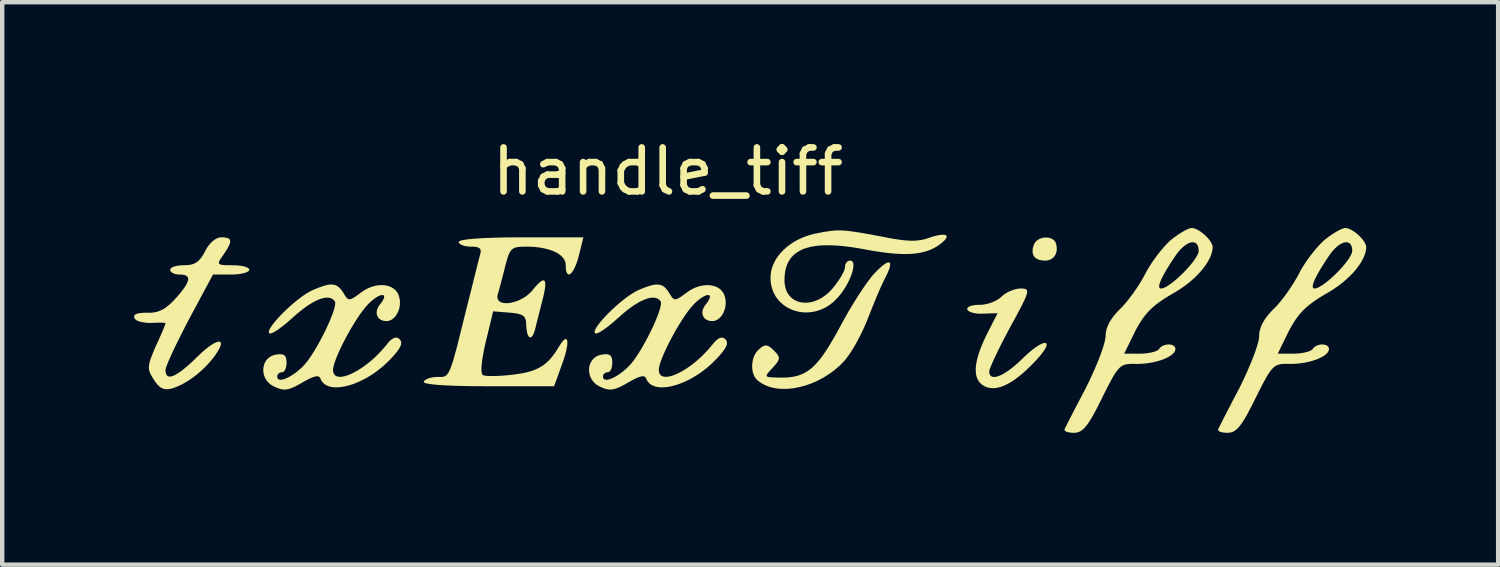
<source format=kicad_pcb>
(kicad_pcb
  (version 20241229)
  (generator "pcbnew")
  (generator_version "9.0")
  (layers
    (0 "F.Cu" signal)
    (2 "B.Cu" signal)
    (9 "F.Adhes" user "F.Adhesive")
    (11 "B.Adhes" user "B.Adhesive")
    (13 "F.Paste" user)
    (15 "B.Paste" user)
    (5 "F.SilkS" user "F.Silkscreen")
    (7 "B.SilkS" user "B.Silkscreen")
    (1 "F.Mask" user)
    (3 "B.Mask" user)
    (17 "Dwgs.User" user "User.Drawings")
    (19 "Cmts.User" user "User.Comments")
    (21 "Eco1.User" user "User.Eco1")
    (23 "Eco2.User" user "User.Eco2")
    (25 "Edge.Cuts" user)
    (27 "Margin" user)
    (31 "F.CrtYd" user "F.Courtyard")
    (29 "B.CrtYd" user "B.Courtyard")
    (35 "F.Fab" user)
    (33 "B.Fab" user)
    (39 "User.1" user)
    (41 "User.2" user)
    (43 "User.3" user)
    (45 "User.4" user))
  (footprint "handle_tiff"
    (layer "F.Cu")
    (at 12.189 4.888)
    (property "Reference" "handle_tiff" (at -0.05 -4.04 0) (unlocked yes) (layer "F.SilkS") (effects (font (size 1 1) (thickness 0.15))))
    (attr smd)
    (fp_poly (pts (xy 8.562 -2.536) (xy 8.582 -2.535) (xy 8.601 -2.533) (xy 8.62 -2.529) (xy 8.638 -2.524) (xy 8.656 -2.519) (xy 8.673 -2.512) (xy 8.689 -2.503) (xy 8.704 -2.494) (xy 8.718 -2.484) (xy 8.732 -2.472) (xy 8.744 -2.459) (xy 8.754 -2.445) (xy 8.763 -2.43) (xy 8.771 -2.414) (xy 8.778 -2.393) (xy 8.783 -2.373) (xy 8.787 -2.353) (xy 8.79 -2.333) (xy 8.792 -2.313) (xy 8.793 -2.294) (xy 8.794 -2.276) (xy 8.793 -2.257) (xy 8.791 -2.24) (xy 8.788 -2.222) (xy 8.784 -2.205) (xy 8.78 -2.189) (xy 8.774 -2.173) (xy 8.768 -2.158) (xy 8.761 -2.144) (xy 8.753 -2.13) (xy 8.744 -2.116) (xy 8.734 -2.104) (xy 8.724 -2.092) (xy 8.713 -2.081) (xy 8.701 -2.07) (xy 8.688 -2.06) (xy 8.675 -2.051) (xy 8.661 -2.043) (xy 8.646 -2.036) (xy 8.631 -2.03) (xy 8.615 -2.025) (xy 8.599 -2.02) (xy 8.582 -2.016) (xy 8.564 -2.014) (xy 8.546 -2.012) (xy 8.528 -2.012) (xy 8.505 -2.012) (xy 8.484 -2.013) (xy 8.463 -2.015) (xy 8.443 -2.018) (xy 8.425 -2.022) (xy 8.407 -2.026) (xy 8.39 -2.031) (xy 8.373 -2.037) (xy 8.358 -2.043) (xy 8.344 -2.051) (xy 8.331 -2.058) (xy 8.318 -2.067) (xy 8.307 -2.076) (xy 8.296 -2.086) (xy 8.286 -2.097) (xy 8.278 -2.108) (xy 8.27 -2.12) (xy 8.263 -2.133) (xy 8.257 -2.146) (xy 8.253 -2.16) (xy 8.249 -2.175) (xy 8.246 -2.19) (xy 8.244 -2.205) (xy 8.243 -2.222) (xy 8.244 -2.239) (xy 8.245 -2.256) (xy 8.247 -2.274) (xy 8.25 -2.292) (xy 8.255 -2.311) (xy 8.26 -2.331) (xy 8.266 -2.351) (xy 8.274 -2.372) (xy 8.281 -2.39) (xy 8.291 -2.407) (xy 8.301 -2.423) (xy 8.313 -2.439) (xy 8.327 -2.453) (xy 8.341 -2.466) (xy 8.356 -2.478) (xy 8.372 -2.488) (xy 8.389 -2.498) (xy 8.407 -2.507) (xy 8.425 -2.514) (xy 8.444 -2.521) (xy 8.463 -2.526) (xy 8.483 -2.531) (xy 8.503 -2.534) (xy 8.522 -2.536) (xy 8.542 -2.537)) (stroke (width 0) (type solid)) (fill yes) (layer "F.SilkS"))
    (fp_poly (pts (xy 8.008 -1.376) (xy 8.043 -1.374) (xy 8.072 -1.368) (xy 8.094 -1.359) (xy 8.103 -1.352) (xy 8.11 -1.344) (xy 8.115 -1.334) (xy 8.118 -1.322) (xy 8.12 -1.309) (xy 8.119 -1.293) (xy 8.112 -1.255) (xy 8.097 -1.207) (xy 8.074 -1.148) (xy 8.041 -1.077) (xy 8 -0.993) (xy 7.887 -0.779) (xy 7.734 -0.498) (xy 7.638 -0.318) (xy 7.548 -0.145) (xy 7.467 0.017) (xy 7.397 0.163) (xy 7.339 0.289) (xy 7.295 0.392) (xy 7.279 0.432) (xy 7.267 0.466) (xy 7.26 0.491) (xy 7.258 0.507) (xy 7.259 0.53) (xy 7.262 0.55) (xy 7.267 0.568) (xy 7.274 0.584) (xy 7.282 0.598) (xy 7.293 0.609) (xy 7.305 0.619) (xy 7.319 0.626) (xy 7.334 0.631) (xy 7.351 0.634) (xy 7.37 0.635) (xy 7.39 0.634) (xy 7.411 0.63) (xy 7.434 0.625) (xy 7.484 0.609) (xy 7.538 0.585) (xy 7.597 0.553) (xy 7.66 0.513) (xy 7.727 0.467) (xy 7.796 0.413) (xy 7.868 0.352) (xy 7.943 0.285) (xy 8.02 0.211) (xy 8.068 0.165) (xy 8.114 0.122) (xy 8.158 0.083) (xy 8.201 0.047) (xy 8.242 0.014) (xy 8.28 -0.016) (xy 8.317 -0.042) (xy 8.351 -0.065) (xy 8.384 -0.085) (xy 8.414 -0.102) (xy 8.441 -0.115) (xy 8.466 -0.126) (xy 8.488 -0.133) (xy 8.508 -0.138) (xy 8.524 -0.139) (xy 8.538 -0.137) (xy 8.549 -0.133) (xy 8.557 -0.125) (xy 8.562 -0.114) (xy 8.563 -0.101) (xy 8.561 -0.084) (xy 8.556 -0.065) (xy 8.547 -0.042) (xy 8.535 -0.017) (xy 8.519 0.011) (xy 8.499 0.042) (xy 8.475 0.075) (xy 8.447 0.112) (xy 8.415 0.151) (xy 8.379 0.193) (xy 8.339 0.237) (xy 8.295 0.285) (xy 8.205 0.378) (xy 8.117 0.463) (xy 8.031 0.541) (xy 7.948 0.61) (xy 7.867 0.672) (xy 7.789 0.726) (xy 7.751 0.75) (xy 7.713 0.773) (xy 7.676 0.793) (xy 7.64 0.811) (xy 7.604 0.828) (xy 7.569 0.842) (xy 7.535 0.855) (xy 7.501 0.865) (xy 7.468 0.874) (xy 7.436 0.881) (xy 7.405 0.886) (xy 7.374 0.889) (xy 7.343 0.89) (xy 7.314 0.889) (xy 7.285 0.887) (xy 7.257 0.882) (xy 7.23 0.876) (xy 7.203 0.868) (xy 7.177 0.858) (xy 7.152 0.846) (xy 7.126 0.831) (xy 7.102 0.815) (xy 7.08 0.798) (xy 7.059 0.779) (xy 7.04 0.758) (xy 7.023 0.737) (xy 7.008 0.714) (xy 6.995 0.689) (xy 6.983 0.663) (xy 6.973 0.636) (xy 6.965 0.607) (xy 6.959 0.577) (xy 6.951 0.512) (xy 6.951 0.442) (xy 6.957 0.366) (xy 6.971 0.285) (xy 6.991 0.198) (xy 7.018 0.106) (xy 7.052 0.008) (xy 7.093 -0.095) (xy 7.14 -0.204) (xy 7.194 -0.319) (xy 7.448 -0.816) (xy 7.11 -0.805) (xy 7.093 -0.805) (xy 7.076 -0.804) (xy 7.043 -0.804) (xy 7.011 -0.806) (xy 6.981 -0.808) (xy 6.951 -0.812) (xy 6.923 -0.817) (xy 6.896 -0.823) (xy 6.871 -0.829) (xy 6.849 -0.836) (xy 6.838 -0.84) (xy 6.828 -0.844) (xy 6.819 -0.849) (xy 6.81 -0.853) (xy 6.802 -0.857) (xy 6.794 -0.862) (xy 6.787 -0.867) (xy 6.781 -0.871) (xy 6.776 -0.876) (xy 6.771 -0.881) (xy 6.767 -0.886) (xy 6.764 -0.891) (xy 6.762 -0.896) (xy 6.76 -0.901) (xy 6.759 -0.907) (xy 6.758 -0.912) (xy 6.758 -0.918) (xy 6.759 -0.923) (xy 6.761 -0.929) (xy 6.763 -0.934) (xy 6.767 -0.939) (xy 6.771 -0.944) (xy 6.781 -0.953) (xy 6.794 -0.962) (xy 6.81 -0.97) (xy 6.828 -0.977) (xy 6.848 -0.984) (xy 6.871 -0.99) (xy 6.896 -0.995) (xy 6.923 -0.999) (xy 6.951 -1.002) (xy 6.981 -1.005) (xy 7.013 -1.006) (xy 7.046 -1.006) (xy 7.078 -1.007) (xy 7.112 -1.01) (xy 7.146 -1.015) (xy 7.18 -1.021) (xy 7.215 -1.029) (xy 7.25 -1.039) (xy 7.285 -1.05) (xy 7.319 -1.062) (xy 7.352 -1.076) (xy 7.384 -1.09) (xy 7.415 -1.106) (xy 7.445 -1.123) (xy 7.473 -1.14) (xy 7.499 -1.158) (xy 7.522 -1.177) (xy 7.543 -1.197) (xy 7.563 -1.215) (xy 7.584 -1.232) (xy 7.607 -1.249) (xy 7.632 -1.265) (xy 7.658 -1.281) (xy 7.686 -1.296) (xy 7.714 -1.31) (xy 7.743 -1.323) (xy 7.773 -1.334) (xy 7.802 -1.345) (xy 7.832 -1.354) (xy 7.86 -1.362) (xy 7.889 -1.368) (xy 7.916 -1.373) (xy 7.942 -1.376) (xy 7.967 -1.377)) (stroke (width 0) (type solid)) (fill yes) (layer "F.SilkS"))
    (fp_poly (pts (xy 4.981 -1.97) (xy 4.989 -1.965) (xy 4.996 -1.959) (xy 5 -1.949) (xy 5.003 -1.938) (xy 5.004 -1.924) (xy 5.003 -1.907) (xy 5.001 -1.888) (xy 4.996 -1.867) (xy 4.989 -1.843) (xy 4.981 -1.817) (xy 4.97 -1.788) (xy 4.958 -1.757) (xy 4.927 -1.688) (xy 4.887 -1.61) (xy 4.848 -1.532) (xy 4.804 -1.436) (xy 4.755 -1.326) (xy 4.703 -1.205) (xy 4.597 -0.946) (xy 4.495 -0.689) (xy 4.47 -0.626) (xy 4.443 -0.562) (xy 4.383 -0.428) (xy 4.317 -0.294) (xy 4.247 -0.161) (xy 4.211 -0.097) (xy 4.175 -0.035) (xy 4.138 0.024) (xy 4.103 0.08) (xy 4.067 0.133) (xy 4.032 0.181) (xy 3.999 0.225) (xy 3.966 0.264) (xy 3.914 0.32) (xy 3.859 0.374) (xy 3.801 0.426) (xy 3.742 0.475) (xy 3.682 0.522) (xy 3.619 0.566) (xy 3.491 0.647) (xy 3.358 0.718) (xy 3.222 0.778) (xy 3.084 0.827) (xy 2.946 0.864) (xy 2.81 0.89) (xy 2.742 0.898) (xy 2.676 0.904) (xy 2.61 0.906) (xy 2.545 0.906) (xy 2.482 0.902) (xy 2.42 0.895) (xy 2.36 0.884) (xy 2.301 0.871) (xy 2.245 0.854) (xy 2.19 0.834) (xy 2.138 0.81) (xy 2.089 0.783) (xy 2.042 0.753) (xy 1.998 0.719) (xy 1.981 0.704) (xy 1.965 0.688) (xy 1.95 0.67) (xy 1.936 0.652) (xy 1.924 0.632) (xy 1.913 0.611) (xy 1.903 0.589) (xy 1.894 0.566) (xy 1.887 0.542) (xy 1.88 0.518) (xy 1.875 0.493) (xy 1.871 0.468) (xy 1.868 0.442) (xy 1.867 0.416) (xy 1.866 0.389) (xy 1.867 0.363) (xy 1.872 0.31) (xy 1.876 0.283) (xy 1.881 0.257) (xy 1.887 0.232) (xy 1.895 0.206) (xy 1.903 0.182) (xy 1.913 0.158) (xy 1.924 0.134) (xy 1.936 0.112) (xy 1.949 0.09) (xy 1.963 0.069) (xy 1.978 0.05) (xy 1.994 0.032) (xy 2.011 0.015) (xy 2.03 -0.001) (xy 2.053 -0.021) (xy 2.074 -0.039) (xy 2.085 -0.046) (xy 2.095 -0.053) (xy 2.105 -0.059) (xy 2.115 -0.065) (xy 2.125 -0.069) (xy 2.134 -0.073) (xy 2.144 -0.076) (xy 2.153 -0.078) (xy 2.162 -0.08) (xy 2.171 -0.081) (xy 2.18 -0.081) (xy 2.19 -0.08) (xy 2.199 -0.079) (xy 2.208 -0.077) (xy 2.217 -0.074) (xy 2.227 -0.07) (xy 2.236 -0.066) (xy 2.246 -0.061) (xy 2.256 -0.055) (xy 2.266 -0.049) (xy 2.277 -0.041) (xy 2.287 -0.033) (xy 2.309 -0.015) (xy 2.333 0.006) (xy 2.358 0.031) (xy 2.386 0.059) (xy 2.41 0.085) (xy 2.43 0.109) (xy 2.439 0.12) (xy 2.447 0.131) (xy 2.453 0.141) (xy 2.459 0.151) (xy 2.464 0.161) (xy 2.468 0.171) (xy 2.471 0.181) (xy 2.473 0.191) (xy 2.474 0.201) (xy 2.474 0.211) (xy 2.473 0.221) (xy 2.471 0.231) (xy 2.468 0.241) (xy 2.464 0.252) (xy 2.459 0.263) (xy 2.453 0.274) (xy 2.446 0.286) (xy 2.438 0.299) (xy 2.429 0.312) (xy 2.419 0.325) (xy 2.396 0.354) (xy 2.368 0.387) (xy 2.336 0.422) (xy 2.303 0.458) (xy 2.274 0.489) (xy 2.249 0.517) (xy 2.229 0.54) (xy 2.221 0.551) (xy 2.214 0.561) (xy 2.208 0.57) (xy 2.203 0.578) (xy 2.199 0.586) (xy 2.197 0.593) (xy 2.195 0.599) (xy 2.195 0.605) (xy 2.196 0.61) (xy 2.198 0.615) (xy 2.201 0.619) (xy 2.205 0.623) (xy 2.211 0.626) (xy 2.217 0.629) (xy 2.225 0.631) (xy 2.234 0.634) (xy 2.244 0.636) (xy 2.255 0.637) (xy 2.281 0.64) (xy 2.312 0.643) (xy 2.347 0.645) (xy 2.478 0.65) (xy 2.599 0.649) (xy 2.711 0.642) (xy 2.814 0.627) (xy 2.863 0.616) (xy 2.911 0.603) (xy 2.957 0.587) (xy 3.002 0.569) (xy 3.045 0.549) (xy 3.088 0.525) (xy 3.13 0.499) (xy 3.171 0.47) (xy 3.212 0.438) (xy 3.252 0.402) (xy 3.292 0.363) (xy 3.332 0.321) (xy 3.413 0.225) (xy 3.495 0.115) (xy 3.579 -0.012) (xy 3.667 -0.156) (xy 3.761 -0.318) (xy 3.86 -0.498) (xy 3.956 -0.676) (xy 4.058 -0.855) (xy 4.164 -1.031) (xy 4.269 -1.2) (xy 4.371 -1.355) (xy 4.466 -1.493) (xy 4.551 -1.607) (xy 4.589 -1.655) (xy 4.622 -1.694) (xy 4.689 -1.765) (xy 4.75 -1.824) (xy 4.804 -1.874) (xy 4.829 -1.895) (xy 4.853 -1.913) (xy 4.875 -1.929) (xy 4.895 -1.942) (xy 4.913 -1.953) (xy 4.93 -1.962) (xy 4.946 -1.967) (xy 4.959 -1.971) (xy 4.971 -1.971)) (stroke (width 0) (type solid)) (fill yes) (layer "F.SilkS"))
    (fp_poly (pts (xy 3.939 -2.696) (xy 4.017 -2.69) (xy 4.103 -2.68) (xy 4.306 -2.65) (xy 4.566 -2.604) (xy 4.898 -2.541) (xy 4.986 -2.524) (xy 5.07 -2.509) (xy 5.148 -2.497) (xy 5.223 -2.486) (xy 5.293 -2.477) (xy 5.359 -2.471) (xy 5.422 -2.466) (xy 5.482 -2.464) (xy 5.54 -2.464) (xy 5.594 -2.467) (xy 5.647 -2.472) (xy 5.698 -2.479) (xy 5.748 -2.488) (xy 5.797 -2.5) (xy 5.845 -2.514) (xy 5.892 -2.53) (xy 5.929 -2.543) (xy 5.965 -2.554) (xy 5.998 -2.564) (xy 6.03 -2.572) (xy 6.06 -2.58) (xy 6.089 -2.586) (xy 6.115 -2.591) (xy 6.14 -2.595) (xy 6.163 -2.598) (xy 6.185 -2.6) (xy 6.204 -2.6) (xy 6.222 -2.6) (xy 6.237 -2.598) (xy 6.251 -2.596) (xy 6.262 -2.592) (xy 6.272 -2.587) (xy 6.28 -2.582) (xy 6.285 -2.575) (xy 6.287 -2.571) (xy 6.289 -2.567) (xy 6.29 -2.558) (xy 6.29 -2.549) (xy 6.287 -2.538) (xy 6.282 -2.527) (xy 6.275 -2.514) (xy 6.266 -2.501) (xy 6.254 -2.486) (xy 6.24 -2.471) (xy 6.224 -2.455) (xy 6.205 -2.438) (xy 6.185 -2.42) (xy 6.161 -2.402) (xy 6.136 -2.382) (xy 6.071 -2.337) (xy 6.002 -2.297) (xy 5.93 -2.263) (xy 5.853 -2.233) (xy 5.772 -2.209) (xy 5.685 -2.189) (xy 5.593 -2.175) (xy 5.494 -2.165) (xy 5.389 -2.161) (xy 5.277 -2.161) (xy 5.158 -2.167) (xy 5.03 -2.177) (xy 4.894 -2.192) (xy 4.75 -2.212) (xy 4.596 -2.236) (xy 4.432 -2.266) (xy 4.315 -2.287) (xy 4.202 -2.306) (xy 4.093 -2.322) (xy 3.989 -2.335) (xy 3.888 -2.346) (xy 3.791 -2.353) (xy 3.699 -2.358) (xy 3.61 -2.361) (xy 3.525 -2.36) (xy 3.445 -2.357) (xy 3.368 -2.351) (xy 3.295 -2.342) (xy 3.225 -2.33) (xy 3.16 -2.315) (xy 3.098 -2.298) (xy 3.04 -2.278) (xy 2.986 -2.255) (xy 2.936 -2.229) (xy 2.889 -2.2) (xy 2.846 -2.169) (xy 2.806 -2.134) (xy 2.77 -2.097) (xy 2.737 -2.057) (xy 2.709 -2.014) (xy 2.683 -1.969) (xy 2.661 -1.92) (xy 2.643 -1.868) (xy 2.628 -1.814) (xy 2.616 -1.757) (xy 2.608 -1.696) (xy 2.603 -1.633) (xy 2.601 -1.567) (xy 2.603 -1.513) (xy 2.609 -1.462) (xy 2.618 -1.414) (xy 2.631 -1.368) (xy 2.646 -1.326) (xy 2.665 -1.286) (xy 2.687 -1.25) (xy 2.712 -1.216) (xy 2.739 -1.186) (xy 2.769 -1.159) (xy 2.801 -1.134) (xy 2.835 -1.113) (xy 2.871 -1.095) (xy 2.909 -1.081) (xy 2.948 -1.069) (xy 2.989 -1.061) (xy 3.031 -1.056) (xy 3.074 -1.054) (xy 3.118 -1.055) (xy 3.163 -1.06) (xy 3.208 -1.068) (xy 3.254 -1.08) (xy 3.3 -1.095) (xy 3.347 -1.113) (xy 3.393 -1.135) (xy 3.439 -1.161) (xy 3.485 -1.19) (xy 3.53 -1.222) (xy 3.574 -1.258) (xy 3.618 -1.297) (xy 3.66 -1.341) (xy 3.702 -1.387) (xy 3.729 -1.422) (xy 3.756 -1.456) (xy 3.782 -1.491) (xy 3.807 -1.526) (xy 3.831 -1.561) (xy 3.854 -1.595) (xy 3.875 -1.629) (xy 3.895 -1.661) (xy 3.913 -1.693) (xy 3.929 -1.723) (xy 3.943 -1.752) (xy 3.955 -1.779) (xy 3.964 -1.804) (xy 3.971 -1.826) (xy 3.975 -1.846) (xy 3.977 -1.855) (xy 3.977 -1.864) (xy 3.977 -1.872) (xy 3.978 -1.879) (xy 3.978 -1.887) (xy 3.979 -1.894) (xy 3.981 -1.902) (xy 3.982 -1.909) (xy 3.984 -1.916) (xy 3.986 -1.923) (xy 3.989 -1.929) (xy 3.991 -1.936) (xy 3.994 -1.942) (xy 3.997 -1.948) (xy 4 -1.954) (xy 4.004 -1.959) (xy 4.007 -1.964) (xy 4.011 -1.97) (xy 4.015 -1.974) (xy 4.02 -1.979) (xy 4.024 -1.983) (xy 4.029 -1.987) (xy 4.033 -1.991) (xy 4.038 -1.995) (xy 4.043 -1.998) (xy 4.048 -2.001) (xy 4.054 -2.003) (xy 4.059 -2.005) (xy 4.064 -2.007) (xy 4.07 -2.009) (xy 4.076 -2.01) (xy 4.082 -2.011) (xy 4.087 -2.012) (xy 4.093 -2.012) (xy 4.11 -2.01) (xy 4.125 -2.006) (xy 4.137 -1.998) (xy 4.147 -1.988) (xy 4.156 -1.975) (xy 4.162 -1.959) (xy 4.166 -1.941) (xy 4.169 -1.921) (xy 4.17 -1.899) (xy 4.168 -1.875) (xy 4.161 -1.821) (xy 4.147 -1.761) (xy 4.126 -1.697) (xy 4.1 -1.629) (xy 4.069 -1.558) (xy 4.032 -1.486) (xy 3.991 -1.414) (xy 3.945 -1.342) (xy 3.896 -1.272) (xy 3.843 -1.206) (xy 3.786 -1.144) (xy 3.734 -1.091) (xy 3.679 -1.043) (xy 3.622 -1.001) (xy 3.564 -0.963) (xy 3.504 -0.93) (xy 3.443 -0.903) (xy 3.382 -0.88) (xy 3.319 -0.861) (xy 3.257 -0.848) (xy 3.194 -0.838) (xy 3.131 -0.834) (xy 3.069 -0.833) (xy 3.007 -0.837) (xy 2.947 -0.845) (xy 2.887 -0.858) (xy 2.829 -0.874) (xy 2.772 -0.894) (xy 2.717 -0.919) (xy 2.664 -0.947) (xy 2.614 -0.978) (xy 2.566 -1.014) (xy 2.521 -1.053) (xy 2.479 -1.095) (xy 2.441 -1.141) (xy 2.406 -1.19) (xy 2.375 -1.243) (xy 2.348 -1.298) (xy 2.326 -1.357) (xy 2.308 -1.418) (xy 2.294 -1.483) (xy 2.286 -1.55) (xy 2.284 -1.62) (xy 2.285 -1.664) (xy 2.289 -1.707) (xy 2.295 -1.75) (xy 2.304 -1.793) (xy 2.315 -1.835) (xy 2.329 -1.877) (xy 2.345 -1.918) (xy 2.363 -1.959) (xy 2.383 -1.999) (xy 2.406 -2.039) (xy 2.43 -2.078) (xy 2.457 -2.116) (xy 2.517 -2.189) (xy 2.584 -2.259) (xy 2.658 -2.325) (xy 2.74 -2.386) (xy 2.828 -2.443) (xy 2.922 -2.494) (xy 3.022 -2.539) (xy 3.127 -2.578) (xy 3.238 -2.611) (xy 3.352 -2.636) (xy 3.521 -2.667) (xy 3.664 -2.688) (xy 3.731 -2.695) (xy 3.798 -2.698) (xy 3.866 -2.699)) (stroke (width 0) (type solid)) (fill yes) (layer "F.SilkS"))
    (fp_poly (pts (xy 11.878 -2.752) (xy 11.895 -2.749) (xy 11.912 -2.746) (xy 11.931 -2.74) (xy 11.949 -2.733) (xy 11.968 -2.725) (xy 11.988 -2.716) (xy 12.007 -2.706) (xy 12.047 -2.682) (xy 12.087 -2.654) (xy 12.126 -2.624) (xy 12.163 -2.591) (xy 12.199 -2.557) (xy 12.232 -2.521) (xy 12.261 -2.485) (xy 12.287 -2.449) (xy 12.298 -2.431) (xy 12.308 -2.414) (xy 12.317 -2.397) (xy 12.324 -2.38) (xy 12.33 -2.364) (xy 12.334 -2.348) (xy 12.337 -2.333) (xy 12.338 -2.319) (xy 12.337 -2.289) (xy 12.333 -2.258) (xy 12.328 -2.226) (xy 12.32 -2.194) (xy 12.298 -2.128) (xy 12.268 -2.06) (xy 12.231 -1.99) (xy 12.186 -1.92) (xy 12.135 -1.849) (xy 12.077 -1.778) (xy 12.013 -1.707) (xy 11.943 -1.637) (xy 11.868 -1.569) (xy 11.789 -1.502) (xy 11.704 -1.437) (xy 11.616 -1.375) (xy 11.523 -1.316) (xy 11.428 -1.26) (xy 11.345 -1.212) (xy 11.269 -1.165) (xy 11.199 -1.119) (xy 11.133 -1.073) (xy 11.072 -1.028) (xy 11.015 -0.982) (xy 10.963 -0.936) (xy 10.913 -0.889) (xy 10.866 -0.84) (xy 10.822 -0.789) (xy 10.779 -0.735) (xy 10.738 -0.679) (xy 10.699 -0.619) (xy 10.659 -0.555) (xy 10.62 -0.487) (xy 10.581 -0.414) (xy 10.327 0.105) (xy 10.687 0.105) (xy 10.724 0.104) (xy 10.762 0.102) (xy 10.799 0.1) (xy 10.835 0.096) (xy 10.87 0.091) (xy 10.904 0.085) (xy 10.936 0.079) (xy 10.967 0.072) (xy 10.996 0.064) (xy 11.022 0.056) (xy 11.046 0.047) (xy 11.068 0.038) (xy 11.086 0.028) (xy 11.094 0.024) (xy 11.101 0.019) (xy 11.107 0.014) (xy 11.113 0.009) (xy 11.117 0.004) (xy 11.121 -0.001) (xy 11.129 -0.014) (xy 11.139 -0.025) (xy 11.149 -0.036) (xy 11.161 -0.046) (xy 11.173 -0.055) (xy 11.186 -0.064) (xy 11.2 -0.072) (xy 11.214 -0.078) (xy 11.229 -0.084) (xy 11.244 -0.09) (xy 11.259 -0.094) (xy 11.275 -0.098) (xy 11.291 -0.101) (xy 11.306 -0.103) (xy 11.322 -0.104) (xy 11.338 -0.104) (xy 11.353 -0.104) (xy 11.368 -0.103) (xy 11.382 -0.101) (xy 11.396 -0.098) (xy 11.41 -0.094) (xy 11.422 -0.09) (xy 11.434 -0.084) (xy 11.445 -0.078) (xy 11.455 -0.072) (xy 11.464 -0.064) (xy 11.472 -0.055) (xy 11.479 -0.046) (xy 11.484 -0.036) (xy 11.488 -0.025) (xy 11.49 -0.014) (xy 11.491 -0.001) (xy 11.49 0.015) (xy 11.486 0.031) (xy 11.48 0.046) (xy 11.472 0.062) (xy 11.461 0.078) (xy 11.448 0.093) (xy 11.416 0.123) (xy 11.377 0.153) (xy 11.331 0.181) (xy 11.278 0.207) (xy 11.22 0.232) (xy 11.156 0.255) (xy 11.088 0.275) (xy 11.017 0.293) (xy 10.942 0.309) (xy 10.864 0.321) (xy 10.785 0.33) (xy 10.704 0.336) (xy 10.623 0.338) (xy 10.489 0.336) (xy 10.433 0.339) (xy 10.383 0.345) (xy 10.337 0.357) (xy 10.316 0.365) (xy 10.295 0.374) (xy 10.275 0.386) (xy 10.256 0.399) (xy 10.236 0.414) (xy 10.217 0.432) (xy 10.179 0.474) (xy 10.139 0.526) (xy 10.098 0.59) (xy 10.053 0.667) (xy 10.004 0.757) (xy 9.949 0.862) (xy 9.819 1.121) (xy 9.762 1.236) (xy 9.709 1.34) (xy 9.66 1.433) (xy 9.614 1.516) (xy 9.571 1.589) (xy 9.551 1.622) (xy 9.531 1.652) (xy 9.512 1.681) (xy 9.494 1.707) (xy 9.476 1.732) (xy 9.458 1.754) (xy 9.44 1.775) (xy 9.423 1.794) (xy 9.406 1.811) (xy 9.389 1.826) (xy 9.373 1.84) (xy 9.356 1.852) (xy 9.34 1.863) (xy 9.323 1.872) (xy 9.307 1.88) (xy 9.29 1.887) (xy 9.273 1.892) (xy 9.256 1.897) (xy 9.238 1.9) (xy 9.221 1.902) (xy 9.203 1.904) (xy 9.184 1.904) (xy 9.159 1.904) (xy 9.146 1.903) (xy 9.134 1.903) (xy 9.123 1.902) (xy 9.111 1.901) (xy 9.1 1.9) (xy 9.09 1.898) (xy 9.079 1.897) (xy 9.07 1.895) (xy 9.06 1.893) (xy 9.051 1.891) (xy 9.042 1.889) (xy 9.034 1.887) (xy 9.026 1.884) (xy 9.019 1.881) (xy 9.012 1.879) (xy 9.005 1.876) (xy 8.999 1.873) (xy 8.994 1.869) (xy 8.989 1.866) (xy 8.984 1.862) (xy 8.98 1.859) (xy 8.977 1.855) (xy 8.974 1.851) (xy 8.972 1.847) (xy 8.971 1.843) (xy 8.97 1.838) (xy 8.969 1.834) (xy 8.97 1.829) (xy 8.971 1.824) (xy 8.972 1.819) (xy 9.128 1.511) (xy 9.279 1.22) (xy 9.459 0.877) (xy 9.548 0.694) (xy 9.631 0.512) (xy 9.707 0.336) (xy 9.773 0.171) (xy 9.801 0.094) (xy 9.827 0.02) (xy 9.849 -0.048) (xy 9.868 -0.111) (xy 9.883 -0.168) (xy 9.894 -0.218) (xy 9.901 -0.262) (xy 9.904 -0.297) (xy 9.905 -0.335) (xy 9.909 -0.373) (xy 9.916 -0.411) (xy 9.925 -0.448) (xy 9.937 -0.486) (xy 9.952 -0.524) (xy 9.969 -0.562) (xy 9.988 -0.6) (xy 10.01 -0.639) (xy 10.035 -0.677) (xy 10.062 -0.716) (xy 10.091 -0.754) (xy 10.123 -0.793) (xy 10.157 -0.832) (xy 10.193 -0.872) (xy 10.232 -0.911) (xy 10.266 -0.945) (xy 10.302 -0.983) (xy 10.339 -1.025) (xy 10.377 -1.069) (xy 10.455 -1.167) (xy 10.533 -1.272) (xy 10.609 -1.382) (xy 10.641 -1.431) (xy 11.122 -1.431) (xy 11.122 -1.418) (xy 11.124 -1.407) (xy 11.127 -1.398) (xy 11.131 -1.391) (xy 11.137 -1.385) (xy 11.144 -1.38) (xy 11.153 -1.378) (xy 11.163 -1.377) (xy 11.183 -1.379) (xy 11.206 -1.384) (xy 11.231 -1.393) (xy 11.258 -1.405) (xy 11.317 -1.439) (xy 11.382 -1.483) (xy 11.451 -1.535) (xy 11.523 -1.595) (xy 11.595 -1.661) (xy 11.667 -1.73) (xy 11.736 -1.802) (xy 11.802 -1.875) (xy 11.862 -1.946) (xy 11.915 -2.015) (xy 11.958 -2.08) (xy 11.992 -2.14) (xy 12.004 -2.166) (xy 12.013 -2.191) (xy 12.018 -2.214) (xy 12.02 -2.234) (xy 12.019 -2.261) (xy 12.017 -2.286) (xy 12.013 -2.308) (xy 12.008 -2.329) (xy 12.001 -2.348) (xy 11.993 -2.364) (xy 11.984 -2.379) (xy 11.974 -2.392) (xy 11.962 -2.403) (xy 11.949 -2.412) (xy 11.936 -2.419) (xy 11.921 -2.424) (xy 11.905 -2.427) (xy 11.889 -2.429) (xy 11.872 -2.428) (xy 11.854 -2.426) (xy 11.835 -2.422) (xy 11.816 -2.416) (xy 11.796 -2.408) (xy 11.775 -2.399) (xy 11.754 -2.387) (xy 11.733 -2.374) (xy 11.712 -2.359) (xy 11.69 -2.343) (xy 11.668 -2.324) (xy 11.646 -2.304) (xy 11.623 -2.283) (xy 11.601 -2.259) (xy 11.579 -2.234) (xy 11.556 -2.208) (xy 11.534 -2.179) (xy 11.512 -2.149) (xy 11.453 -2.062) (xy 11.398 -1.98) (xy 11.348 -1.901) (xy 11.303 -1.828) (xy 11.262 -1.759) (xy 11.227 -1.696) (xy 11.196 -1.637) (xy 11.171 -1.585) (xy 11.16 -1.56) (xy 11.151 -1.537) (xy 11.143 -1.516) (xy 11.136 -1.496) (xy 11.13 -1.477) (xy 11.126 -1.46) (xy 11.124 -1.445) (xy 11.122 -1.431) (xy 10.641 -1.431) (xy 10.681 -1.493) (xy 10.746 -1.602) (xy 10.776 -1.654) (xy 10.803 -1.705) (xy 10.83 -1.757) (xy 10.86 -1.811) (xy 10.893 -1.865) (xy 10.927 -1.919) (xy 10.963 -1.974) (xy 11 -2.028) (xy 11.039 -2.082) (xy 11.078 -2.135) (xy 11.118 -2.186) (xy 11.158 -2.236) (xy 11.198 -2.283) (xy 11.238 -2.329) (xy 11.276 -2.371) (xy 11.314 -2.41) (xy 11.351 -2.446) (xy 11.385 -2.478) (xy 11.419 -2.505) (xy 11.454 -2.532) (xy 11.49 -2.558) (xy 11.525 -2.583) (xy 11.56 -2.607) (xy 11.595 -2.63) (xy 11.63 -2.651) (xy 11.663 -2.671) (xy 11.695 -2.689) (xy 11.726 -2.705) (xy 11.754 -2.719) (xy 11.781 -2.731) (xy 11.805 -2.74) (xy 11.827 -2.747) (xy 11.846 -2.751) (xy 11.854 -2.752) (xy 11.861 -2.753)) (stroke (width 0) (type solid)) (fill yes) (layer "F.SilkS"))
    (fp_poly (pts (xy 15.37 -2.752) (xy 15.387 -2.749) (xy 15.405 -2.746) (xy 15.423 -2.74) (xy 15.442 -2.733) (xy 15.461 -2.725) (xy 15.48 -2.716) (xy 15.5 -2.706) (xy 15.539 -2.682) (xy 15.579 -2.654) (xy 15.618 -2.624) (xy 15.656 -2.591) (xy 15.691 -2.557) (xy 15.724 -2.521) (xy 15.754 -2.485) (xy 15.78 -2.449) (xy 15.791 -2.431) (xy 15.801 -2.414) (xy 15.809 -2.397) (xy 15.817 -2.38) (xy 15.822 -2.364) (xy 15.827 -2.348) (xy 15.829 -2.333) (xy 15.83 -2.319) (xy 15.829 -2.289) (xy 15.826 -2.258) (xy 15.82 -2.226) (xy 15.812 -2.194) (xy 15.791 -2.128) (xy 15.761 -2.06) (xy 15.724 -1.99) (xy 15.679 -1.92) (xy 15.628 -1.849) (xy 15.57 -1.778) (xy 15.506 -1.707) (xy 15.436 -1.637) (xy 15.361 -1.569) (xy 15.281 -1.502) (xy 15.197 -1.437) (xy 15.108 -1.375) (xy 15.016 -1.316) (xy 14.92 -1.26) (xy 14.838 -1.212) (xy 14.762 -1.165) (xy 14.691 -1.119) (xy 14.626 -1.073) (xy 14.565 -1.028) (xy 14.508 -0.982) (xy 14.455 -0.936) (xy 14.405 -0.889) (xy 14.359 -0.84) (xy 14.314 -0.789) (xy 14.272 -0.735) (xy 14.231 -0.679) (xy 14.191 -0.619) (xy 14.152 -0.555) (xy 14.113 -0.487) (xy 14.073 -0.414) (xy 13.819 0.105) (xy 14.179 0.105) (xy 14.217 0.104) (xy 14.254 0.102) (xy 14.291 0.1) (xy 14.327 0.096) (xy 14.363 0.091) (xy 14.397 0.085) (xy 14.429 0.079) (xy 14.46 0.072) (xy 14.488 0.064) (xy 14.515 0.056) (xy 14.539 0.047) (xy 14.56 0.038) (xy 14.579 0.028) (xy 14.587 0.024) (xy 14.594 0.019) (xy 14.6 0.014) (xy 14.605 0.009) (xy 14.61 0.004) (xy 14.613 -0.001) (xy 14.622 -0.014) (xy 14.631 -0.025) (xy 14.642 -0.036) (xy 14.653 -0.046) (xy 14.666 -0.055) (xy 14.679 -0.064) (xy 14.692 -0.072) (xy 14.707 -0.078) (xy 14.721 -0.084) (xy 14.737 -0.09) (xy 14.752 -0.094) (xy 14.768 -0.098) (xy 14.783 -0.101) (xy 14.799 -0.103) (xy 14.815 -0.104) (xy 14.83 -0.104) (xy 14.845 -0.104) (xy 14.86 -0.103) (xy 14.875 -0.101) (xy 14.889 -0.098) (xy 14.902 -0.094) (xy 14.915 -0.09) (xy 14.927 -0.084) (xy 14.938 -0.078) (xy 14.948 -0.072) (xy 14.957 -0.064) (xy 14.964 -0.055) (xy 14.971 -0.046) (xy 14.976 -0.036) (xy 14.98 -0.025) (xy 14.983 -0.014) (xy 14.984 -0.001) (xy 14.982 0.015) (xy 14.979 0.031) (xy 14.972 0.046) (xy 14.964 0.062) (xy 14.953 0.078) (xy 14.941 0.093) (xy 14.909 0.123) (xy 14.87 0.153) (xy 14.823 0.181) (xy 14.771 0.207) (xy 14.712 0.232) (xy 14.649 0.255) (xy 14.581 0.275) (xy 14.509 0.293) (xy 14.434 0.309) (xy 14.357 0.321) (xy 14.278 0.33) (xy 14.197 0.336) (xy 14.116 0.338) (xy 13.982 0.336) (xy 13.926 0.339) (xy 13.875 0.345) (xy 13.83 0.357) (xy 13.808 0.365) (xy 13.788 0.374) (xy 13.768 0.386) (xy 13.748 0.399) (xy 13.729 0.414) (xy 13.71 0.432) (xy 13.671 0.474) (xy 13.632 0.526) (xy 13.59 0.59) (xy 13.546 0.667) (xy 13.497 0.757) (xy 13.442 0.862) (xy 13.311 1.121) (xy 13.254 1.236) (xy 13.201 1.34) (xy 13.152 1.433) (xy 13.107 1.516) (xy 13.064 1.589) (xy 13.044 1.622) (xy 13.024 1.652) (xy 13.005 1.681) (xy 12.986 1.707) (xy 12.968 1.732) (xy 12.95 1.754) (xy 12.933 1.775) (xy 12.916 1.794) (xy 12.899 1.811) (xy 12.882 1.826) (xy 12.865 1.84) (xy 12.849 1.852) (xy 12.832 1.863) (xy 12.816 1.872) (xy 12.799 1.88) (xy 12.782 1.887) (xy 12.766 1.892) (xy 12.748 1.897) (xy 12.731 1.9) (xy 12.713 1.902) (xy 12.695 1.904) (xy 12.676 1.904) (xy 12.651 1.904) (xy 12.639 1.903) (xy 12.627 1.903) (xy 12.615 1.902) (xy 12.604 1.901) (xy 12.593 1.9) (xy 12.582 1.898) (xy 12.572 1.897) (xy 12.562 1.895) (xy 12.553 1.893) (xy 12.543 1.891) (xy 12.535 1.889) (xy 12.526 1.887) (xy 12.518 1.884) (xy 12.511 1.881) (xy 12.504 1.879) (xy 12.498 1.876) (xy 12.492 1.873) (xy 12.486 1.869) (xy 12.481 1.866) (xy 12.477 1.862) (xy 12.473 1.859) (xy 12.47 1.855) (xy 12.467 1.851) (xy 12.465 1.847) (xy 12.463 1.843) (xy 12.462 1.838) (xy 12.462 1.834) (xy 12.462 1.829) (xy 12.463 1.824) (xy 12.465 1.819) (xy 12.621 1.511) (xy 12.771 1.22) (xy 12.952 0.877) (xy 13.041 0.694) (xy 13.124 0.512) (xy 13.199 0.336) (xy 13.265 0.171) (xy 13.294 0.094) (xy 13.32 0.02) (xy 13.342 -0.048) (xy 13.361 -0.111) (xy 13.376 -0.168) (xy 13.387 -0.218) (xy 13.394 -0.262) (xy 13.396 -0.297) (xy 13.397 -0.335) (xy 13.401 -0.373) (xy 13.408 -0.411) (xy 13.418 -0.448) (xy 13.43 -0.486) (xy 13.444 -0.524) (xy 13.461 -0.562) (xy 13.481 -0.6) (xy 13.503 -0.639) (xy 13.527 -0.677) (xy 13.554 -0.716) (xy 13.584 -0.754) (xy 13.615 -0.793) (xy 13.649 -0.832) (xy 13.686 -0.872) (xy 13.724 -0.911) (xy 13.759 -0.945) (xy 13.795 -0.983) (xy 13.832 -1.025) (xy 13.87 -1.069) (xy 13.948 -1.167) (xy 14.026 -1.272) (xy 14.102 -1.382) (xy 14.133 -1.431) (xy 14.615 -1.431) (xy 14.615 -1.418) (xy 14.616 -1.407) (xy 14.619 -1.398) (xy 14.624 -1.391) (xy 14.629 -1.385) (xy 14.637 -1.38) (xy 14.645 -1.378) (xy 14.655 -1.377) (xy 14.676 -1.379) (xy 14.698 -1.384) (xy 14.723 -1.393) (xy 14.75 -1.405) (xy 14.809 -1.439) (xy 14.874 -1.483) (xy 14.943 -1.535) (xy 15.015 -1.595) (xy 15.088 -1.661) (xy 15.16 -1.73) (xy 15.229 -1.802) (xy 15.295 -1.875) (xy 15.354 -1.946) (xy 15.407 -2.015) (xy 15.451 -2.08) (xy 15.484 -2.14) (xy 15.496 -2.166) (xy 15.505 -2.191) (xy 15.511 -2.214) (xy 15.513 -2.234) (xy 15.512 -2.261) (xy 15.51 -2.286) (xy 15.506 -2.308) (xy 15.5 -2.329) (xy 15.494 -2.348) (xy 15.486 -2.364) (xy 15.477 -2.379) (xy 15.466 -2.392) (xy 15.454 -2.403) (xy 15.442 -2.412) (xy 15.428 -2.419) (xy 15.413 -2.424) (xy 15.398 -2.427) (xy 15.381 -2.429) (xy 15.364 -2.428) (xy 15.346 -2.426) (xy 15.327 -2.422) (xy 15.308 -2.416) (xy 15.288 -2.408) (xy 15.268 -2.399) (xy 15.247 -2.387) (xy 15.226 -2.374) (xy 15.204 -2.359) (xy 15.182 -2.343) (xy 15.16 -2.324) (xy 15.138 -2.304) (xy 15.116 -2.283) (xy 15.093 -2.259) (xy 15.071 -2.234) (xy 15.049 -2.208) (xy 15.027 -2.179) (xy 15.005 -2.149) (xy 14.945 -2.062) (xy 14.891 -1.98) (xy 14.841 -1.901) (xy 14.795 -1.828) (xy 14.755 -1.759) (xy 14.719 -1.696) (xy 14.689 -1.637) (xy 14.663 -1.585) (xy 14.653 -1.56) (xy 14.643 -1.537) (xy 14.635 -1.516) (xy 14.628 -1.496) (xy 14.623 -1.477) (xy 14.619 -1.46) (xy 14.616 -1.445) (xy 14.615 -1.431) (xy 14.133 -1.431) (xy 14.174 -1.493) (xy 14.239 -1.602) (xy 14.269 -1.654) (xy 14.296 -1.705) (xy 14.323 -1.757) (xy 14.353 -1.811) (xy 14.385 -1.865) (xy 14.419 -1.919) (xy 14.455 -1.974) (xy 14.493 -2.028) (xy 14.531 -2.082) (xy 14.571 -2.135) (xy 14.611 -2.186) (xy 14.651 -2.236) (xy 14.691 -2.283) (xy 14.73 -2.329) (xy 14.769 -2.371) (xy 14.807 -2.41) (xy 14.843 -2.446) (xy 14.878 -2.478) (xy 14.912 -2.505) (xy 14.947 -2.532) (xy 14.982 -2.558) (xy 15.018 -2.583) (xy 15.053 -2.607) (xy 15.088 -2.63) (xy 15.122 -2.651) (xy 15.156 -2.671) (xy 15.188 -2.689) (xy 15.218 -2.705) (xy 15.247 -2.719) (xy 15.274 -2.731) (xy 15.298 -2.74) (xy 15.32 -2.747) (xy 15.338 -2.751) (xy 15.347 -2.752) (xy 15.354 -2.753)) (stroke (width 0) (type solid)) (fill yes) (layer "F.SilkS"))
    (fp_poly (pts (xy -2.077 -2.118) (xy -2.088 -2.077) (xy -2.099 -2.038) (xy -2.111 -2.001) (xy -2.123 -1.966) (xy -2.135 -1.933) (xy -2.147 -1.902) (xy -2.16 -1.873) (xy -2.172 -1.846) (xy -2.185 -1.822) (xy -2.197 -1.799) (xy -2.209 -1.779) (xy -2.222 -1.761) (xy -2.234 -1.745) (xy -2.246 -1.731) (xy -2.257 -1.719) (xy -2.269 -1.71) (xy -2.28 -1.703) (xy -2.29 -1.699) (xy -2.3 -1.697) (xy -2.31 -1.698) (xy -2.319 -1.701) (xy -2.328 -1.706) (xy -2.336 -1.714) (xy -2.343 -1.725) (xy -2.35 -1.738) (xy -2.356 -1.754) (xy -2.361 -1.772) (xy -2.365 -1.794) (xy -2.369 -1.818) (xy -2.371 -1.844) (xy -2.373 -1.874) (xy -2.373 -1.906) (xy -2.374 -1.93) (xy -2.377 -1.953) (xy -2.383 -1.975) (xy -2.39 -1.997) (xy -2.399 -2.019) (xy -2.411 -2.039) (xy -2.424 -2.06) (xy -2.439 -2.079) (xy -2.475 -2.117) (xy -2.518 -2.152) (xy -2.568 -2.184) (xy -2.624 -2.213) (xy -2.687 -2.239) (xy -2.756 -2.262) (xy -2.83 -2.282) (xy -2.909 -2.299) (xy -2.993 -2.312) (xy -3.082 -2.322) (xy -3.175 -2.327) (xy -3.273 -2.329) (xy -3.333 -2.329) (xy -3.386 -2.327) (xy -3.433 -2.324) (xy -3.475 -2.318) (xy -3.494 -2.314) (xy -3.512 -2.309) (xy -3.529 -2.304) (xy -3.544 -2.298) (xy -3.559 -2.29) (xy -3.573 -2.282) (xy -3.586 -2.272) (xy -3.598 -2.262) (xy -3.61 -2.25) (xy -3.621 -2.237) (xy -3.631 -2.223) (xy -3.641 -2.207) (xy -3.651 -2.19) (xy -3.66 -2.171) (xy -3.678 -2.128) (xy -3.695 -2.079) (xy -3.712 -2.022) (xy -3.73 -1.958) (xy -3.749 -1.885) (xy -3.798 -1.692) (xy -3.846 -1.508) (xy -3.887 -1.354) (xy -3.904 -1.294) (xy -3.918 -1.25) (xy -3.925 -1.22) (xy -3.928 -1.193) (xy -3.927 -1.168) (xy -3.922 -1.146) (xy -3.914 -1.126) (xy -3.903 -1.108) (xy -3.889 -1.092) (xy -3.872 -1.079) (xy -3.852 -1.067) (xy -3.83 -1.058) (xy -3.805 -1.051) (xy -3.779 -1.047) (xy -3.75 -1.044) (xy -3.72 -1.043) (xy -3.689 -1.044) (xy -3.656 -1.047) (xy -3.588 -1.06) (xy -3.517 -1.08) (xy -3.445 -1.107) (xy -3.374 -1.141) (xy -3.339 -1.161) (xy -3.304 -1.182) (xy -3.271 -1.206) (xy -3.239 -1.23) (xy -3.208 -1.257) (xy -3.178 -1.285) (xy -3.15 -1.314) (xy -3.125 -1.345) (xy -3.075 -1.404) (xy -3.031 -1.454) (xy -2.991 -1.494) (xy -2.956 -1.525) (xy -2.94 -1.537) (xy -2.925 -1.547) (xy -2.912 -1.554) (xy -2.899 -1.559) (xy -2.888 -1.562) (xy -2.878 -1.562) (xy -2.869 -1.56) (xy -2.861 -1.555) (xy -2.855 -1.549) (xy -2.849 -1.539) (xy -2.845 -1.528) (xy -2.842 -1.513) (xy -2.84 -1.497) (xy -2.839 -1.478) (xy -2.84 -1.433) (xy -2.846 -1.378) (xy -2.857 -1.313) (xy -2.872 -1.239) (xy -2.892 -1.155) (xy -2.98 -0.809) (xy -3.061 -0.488) (xy -3.075 -0.431) (xy -3.083 -0.405) (xy -3.091 -0.382) (xy -3.099 -0.361) (xy -3.107 -0.342) (xy -3.115 -0.325) (xy -3.124 -0.31) (xy -3.132 -0.298) (xy -3.141 -0.287) (xy -3.149 -0.279) (xy -3.158 -0.272) (xy -3.166 -0.268) (xy -3.174 -0.266) (xy -3.183 -0.265) (xy -3.191 -0.267) (xy -3.199 -0.271) (xy -3.206 -0.276) (xy -3.214 -0.284) (xy -3.221 -0.294) (xy -3.227 -0.306) (xy -3.234 -0.319) (xy -3.24 -0.335) (xy -3.246 -0.352) (xy -3.251 -0.372) (xy -3.256 -0.393) (xy -3.26 -0.417) (xy -3.264 -0.442) (xy -3.269 -0.498) (xy -3.273 -0.562) (xy -3.274 -0.596) (xy -3.276 -0.627) (xy -3.281 -0.655) (xy -3.285 -0.668) (xy -3.289 -0.681) (xy -3.294 -0.692) (xy -3.299 -0.703) (xy -3.305 -0.714) (xy -3.312 -0.724) (xy -3.319 -0.733) (xy -3.328 -0.742) (xy -3.337 -0.75) (xy -3.347 -0.758) (xy -3.358 -0.765) (xy -3.369 -0.772) (xy -3.382 -0.778) (xy -3.396 -0.784) (xy -3.426 -0.794) (xy -3.46 -0.803) (xy -3.499 -0.811) (xy -3.542 -0.817) (xy -3.59 -0.822) (xy -3.643 -0.827) (xy -4.024 -0.858) (xy -4.193 -0.16) (xy -4.211 -0.084) (xy -4.226 -0.01) (xy -4.24 0.06) (xy -4.252 0.127) (xy -4.263 0.191) (xy -4.272 0.251) (xy -4.279 0.307) (xy -4.285 0.359) (xy -4.288 0.406) (xy -4.29 0.449) (xy -4.29 0.486) (xy -4.287 0.519) (xy -4.285 0.533) (xy -4.283 0.546) (xy -4.28 0.557) (xy -4.276 0.567) (xy -4.272 0.576) (xy -4.268 0.583) (xy -4.263 0.588) (xy -4.257 0.592) (xy -4.244 0.597) (xy -4.226 0.602) (xy -4.202 0.606) (xy -4.173 0.609) (xy -4.103 0.613) (xy -4.016 0.614) (xy -3.917 0.611) (xy -3.807 0.605) (xy -3.691 0.595) (xy -3.569 0.581) (xy -3.468 0.568) (xy -3.373 0.553) (xy -3.286 0.535) (xy -3.204 0.514) (xy -3.166 0.503) (xy -3.129 0.491) (xy -3.093 0.477) (xy -3.058 0.463) (xy -3.024 0.448) (xy -2.992 0.432) (xy -2.961 0.415) (xy -2.93 0.397) (xy -2.9 0.378) (xy -2.872 0.358) (xy -2.844 0.336) (xy -2.817 0.314) (xy -2.79 0.29) (xy -2.764 0.265) (xy -2.738 0.238) (xy -2.713 0.21) (xy -2.664 0.151) (xy -2.616 0.085) (xy -2.569 0.014) (xy -2.521 -0.065) (xy -2.484 -0.123) (xy -2.45 -0.168) (xy -2.42 -0.201) (xy -2.407 -0.212) (xy -2.395 -0.22) (xy -2.384 -0.226) (xy -2.374 -0.228) (xy -2.366 -0.227) (xy -2.358 -0.224) (xy -2.351 -0.218) (xy -2.346 -0.209) (xy -2.342 -0.198) (xy -2.339 -0.184) (xy -2.336 -0.148) (xy -2.338 -0.102) (xy -2.345 -0.048) (xy -2.358 0.016) (xy -2.375 0.088) (xy -2.397 0.167) (xy -2.425 0.254) (xy -2.458 0.348) (xy -2.638 0.846) (xy -4.151 0.846) (xy -4.33 0.845) (xy -4.498 0.844) (xy -4.654 0.841) (xy -4.799 0.838) (xy -4.932 0.834) (xy -5.054 0.829) (xy -5.163 0.823) (xy -5.261 0.817) (xy -5.347 0.809) (xy -5.42 0.801) (xy -5.482 0.792) (xy -5.531 0.783) (xy -5.567 0.773) (xy -5.581 0.768) (xy -5.591 0.763) (xy -5.598 0.757) (xy -5.603 0.751) (xy -5.603 0.746) (xy -5.601 0.74) (xy -5.598 0.734) (xy -5.594 0.728) (xy -5.584 0.717) (xy -5.572 0.706) (xy -5.557 0.696) (xy -5.541 0.687) (xy -5.523 0.678) (xy -5.503 0.67) (xy -5.482 0.663) (xy -5.46 0.657) (xy -5.436 0.651) (xy -5.412 0.646) (xy -5.387 0.642) (xy -5.361 0.638) (xy -5.335 0.636) (xy -5.309 0.634) (xy -5.284 0.634) (xy -5.193 0.634) (xy -5.155 0.629) (xy -5.121 0.618) (xy -5.089 0.597) (xy -5.059 0.564) (xy -5.03 0.516) (xy -4.999 0.45) (xy -4.967 0.363) (xy -4.931 0.253) (xy -4.847 -0.049) (xy -4.596 -1.059) (xy -4.503 -1.425) (xy -4.422 -1.751) (xy -4.359 -2.004) (xy -4.336 -2.093) (xy -4.32 -2.149) (xy -4.314 -2.174) (xy -4.309 -2.197) (xy -4.308 -2.207) (xy -4.307 -2.217) (xy -4.307 -2.227) (xy -4.307 -2.236) (xy -4.309 -2.244) (xy -4.31 -2.252) (xy -4.313 -2.26) (xy -4.316 -2.267) (xy -4.32 -2.274) (xy -4.324 -2.28) (xy -4.329 -2.286) (xy -4.335 -2.291) (xy -4.342 -2.296) (xy -4.349 -2.301) (xy -4.357 -2.305) (xy -4.366 -2.309) (xy -4.375 -2.312) (xy -4.385 -2.315) (xy -4.408 -2.321) (xy -4.434 -2.325) (xy -4.464 -2.327) (xy -4.496 -2.329) (xy -4.532 -2.329) (xy -4.546 -2.33) (xy -4.56 -2.33) (xy -4.573 -2.331) (xy -4.586 -2.332) (xy -4.6 -2.333) (xy -4.613 -2.335) (xy -4.625 -2.336) (xy -4.638 -2.338) (xy -4.65 -2.341) (xy -4.662 -2.343) (xy -4.673 -2.346) (xy -4.684 -2.349) (xy -4.695 -2.352) (xy -4.706 -2.355) (xy -4.716 -2.359) (xy -4.725 -2.362) (xy -4.734 -2.366) (xy -4.743 -2.37) (xy -4.751 -2.374) (xy -4.759 -2.378) (xy -4.767 -2.383) (xy -4.773 -2.387) (xy -4.779 -2.392) (xy -4.785 -2.396) (xy -4.79 -2.401) (xy -4.795 -2.406) (xy -4.798 -2.411) (xy -4.802 -2.415) (xy -4.804 -2.42) (xy -4.806 -2.425) (xy -4.807 -2.43) (xy -4.807 -2.435) (xy -4.801 -2.447) (xy -4.782 -2.458) (xy -4.752 -2.469) (xy -4.709 -2.479) (xy -4.59 -2.497) (xy -4.428 -2.512) (xy -4.224 -2.524) (xy -3.981 -2.533) (xy -3.702 -2.539) (xy -3.389 -2.541) (xy -1.971 -2.541)) (stroke (width 0) (type solid)) (fill yes) (layer "F.SilkS"))
    (fp_poly (pts (xy -10.16 -2.54) (xy -10.121 -2.537) (xy -10.104 -2.534) (xy -10.088 -2.531) (xy -10.073 -2.527) (xy -10.06 -2.523) (xy -10.048 -2.518) (xy -10.038 -2.512) (xy -10.029 -2.505) (xy -10.021 -2.497) (xy -10.015 -2.489) (xy -10.01 -2.48) (xy -10.007 -2.47) (xy -10.005 -2.459) (xy -10.004 -2.447) (xy -10.005 -2.434) (xy -10.008 -2.42) (xy -10.011 -2.406) (xy -10.016 -2.39) (xy -10.023 -2.373) (xy -10.04 -2.336) (xy -10.062 -2.294) (xy -10.09 -2.247) (xy -10.124 -2.196) (xy -10.162 -2.139) (xy -10.19 -2.1) (xy -10.214 -2.065) (xy -10.233 -2.035) (xy -10.247 -2.009) (xy -10.252 -1.997) (xy -10.256 -1.986) (xy -10.259 -1.977) (xy -10.26 -1.968) (xy -10.26 -1.959) (xy -10.258 -1.952) (xy -10.256 -1.945) (xy -10.251 -1.939) (xy -10.245 -1.934) (xy -10.238 -1.929) (xy -10.228 -1.925) (xy -10.218 -1.921) (xy -10.205 -1.918) (xy -10.191 -1.915) (xy -10.158 -1.911) (xy -10.118 -1.908) (xy -10.07 -1.907) (xy -9.951 -1.906) (xy -9.912 -1.906) (xy -9.874 -1.904) (xy -9.837 -1.902) (xy -9.802 -1.898) (xy -9.769 -1.894) (xy -9.737 -1.889) (xy -9.708 -1.883) (xy -9.681 -1.877) (xy -9.668 -1.873) (xy -9.656 -1.87) (xy -9.645 -1.866) (xy -9.635 -1.862) (xy -9.625 -1.857) (xy -9.616 -1.853) (xy -9.607 -1.848) (xy -9.6 -1.844) (xy -9.593 -1.839) (xy -9.587 -1.834) (xy -9.582 -1.828) (xy -9.577 -1.823) (xy -9.574 -1.817) (xy -9.572 -1.812) (xy -9.57 -1.806) (xy -9.57 -1.8) (xy -9.57 -1.795) (xy -9.572 -1.79) (xy -9.575 -1.785) (xy -9.578 -1.78) (xy -9.589 -1.771) (xy -9.603 -1.761) (xy -9.621 -1.752) (xy -9.642 -1.743) (xy -9.666 -1.735) (xy -9.693 -1.727) (xy -9.722 -1.72) (xy -9.754 -1.714) (xy -9.788 -1.708) (xy -9.824 -1.703) (xy -9.862 -1.7) (xy -9.901 -1.697) (xy -9.941 -1.695) (xy -9.983 -1.694) (xy -10.395 -1.694) (xy -10.935 -0.689) (xy -11.043 -0.481) (xy -11.144 -0.282) (xy -11.236 -0.096) (xy -11.316 0.072) (xy -11.382 0.218) (xy -11.432 0.336) (xy -11.45 0.384) (xy -11.464 0.424) (xy -11.472 0.454) (xy -11.475 0.475) (xy -11.474 0.5) (xy -11.472 0.522) (xy -11.468 0.543) (xy -11.463 0.561) (xy -11.457 0.576) (xy -11.449 0.59) (xy -11.44 0.601) (xy -11.429 0.611) (xy -11.417 0.618) (xy -11.404 0.623) (xy -11.389 0.625) (xy -11.373 0.626) (xy -11.356 0.624) (xy -11.337 0.62) (xy -11.316 0.614) (xy -11.295 0.606) (xy -11.247 0.584) (xy -11.195 0.552) (xy -11.136 0.513) (xy -11.073 0.465) (xy -11.004 0.408) (xy -10.93 0.344) (xy -10.85 0.271) (xy -10.766 0.189) (xy -10.722 0.146) (xy -10.679 0.106) (xy -10.638 0.068) (xy -10.598 0.033) (xy -10.559 0.001) (xy -10.523 -0.028) (xy -10.488 -0.055) (xy -10.454 -0.079) (xy -10.423 -0.1) (xy -10.393 -0.118) (xy -10.366 -0.133) (xy -10.34 -0.146) (xy -10.317 -0.156) (xy -10.296 -0.163) (xy -10.277 -0.167) (xy -10.26 -0.169) (xy -10.246 -0.168) (xy -10.235 -0.164) (xy -10.23 -0.161) (xy -10.225 -0.157) (xy -10.222 -0.153) (xy -10.219 -0.148) (xy -10.215 -0.136) (xy -10.214 -0.121) (xy -10.216 -0.103) (xy -10.221 -0.083) (xy -10.229 -0.06) (xy -10.24 -0.034) (xy -10.254 -0.005) (xy -10.271 0.026) (xy -10.292 0.06) (xy -10.316 0.097) (xy -10.343 0.137) (xy -10.374 0.179) (xy -10.423 0.242) (xy -10.475 0.303) (xy -10.529 0.363) (xy -10.586 0.421) (xy -10.644 0.477) (xy -10.704 0.53) (xy -10.765 0.581) (xy -10.828 0.63) (xy -10.891 0.676) (xy -10.955 0.718) (xy -11.02 0.758) (xy -11.084 0.794) (xy -11.148 0.826) (xy -11.212 0.854) (xy -11.275 0.878) (xy -11.337 0.899) (xy -11.368 0.905) (xy -11.398 0.91) (xy -11.412 0.912) (xy -11.426 0.913) (xy -11.44 0.913) (xy -11.454 0.913) (xy -11.467 0.913) (xy -11.48 0.911) (xy -11.493 0.909) (xy -11.505 0.907) (xy -11.518 0.903) (xy -11.53 0.899) (xy -11.542 0.895) (xy -11.554 0.889) (xy -11.566 0.883) (xy -11.578 0.876) (xy -11.589 0.869) (xy -11.601 0.861) (xy -11.612 0.852) (xy -11.624 0.842) (xy -11.635 0.831) (xy -11.647 0.82) (xy -11.658 0.807) (xy -11.67 0.794) (xy -11.681 0.78) (xy -11.693 0.766) (xy -11.716 0.733) (xy -11.739 0.697) (xy -11.767 0.654) (xy -11.791 0.614) (xy -11.812 0.577) (xy -11.828 0.541) (xy -11.84 0.507) (xy -11.849 0.472) (xy -11.851 0.455) (xy -11.853 0.437) (xy -11.854 0.419) (xy -11.853 0.4) (xy -11.849 0.36) (xy -11.841 0.317) (xy -11.828 0.27) (xy -11.811 0.217) (xy -11.789 0.158) (xy -11.763 0.092) (xy -11.697 -0.065) (xy -11.651 -0.162) (xy -11.609 -0.256) (xy -11.571 -0.342) (xy -11.538 -0.419) (xy -11.512 -0.484) (xy -11.492 -0.535) (xy -11.479 -0.569) (xy -11.476 -0.578) (xy -11.475 -0.583) (xy -11.475 -0.585) (xy -11.476 -0.587) (xy -11.481 -0.59) (xy -11.49 -0.593) (xy -11.501 -0.595) (xy -11.515 -0.597) (xy -11.531 -0.599) (xy -11.571 -0.6) (xy -11.62 -0.601) (xy -11.676 -0.599) (xy -11.737 -0.597) (xy -11.803 -0.594) (xy -11.838 -0.594) (xy -11.873 -0.596) (xy -11.907 -0.598) (xy -11.94 -0.601) (xy -11.971 -0.606) (xy -12.002 -0.611) (xy -12.03 -0.617) (xy -12.057 -0.624) (xy -12.082 -0.632) (xy -12.093 -0.636) (xy -12.104 -0.641) (xy -12.115 -0.645) (xy -12.124 -0.65) (xy -12.134 -0.655) (xy -12.142 -0.661) (xy -12.15 -0.666) (xy -12.157 -0.672) (xy -12.164 -0.678) (xy -12.169 -0.684) (xy -12.174 -0.69) (xy -12.178 -0.697) (xy -12.181 -0.703) (xy -12.184 -0.71) (xy -12.186 -0.718) (xy -12.188 -0.725) (xy -12.189 -0.733) (xy -12.189 -0.739) (xy -12.189 -0.746) (xy -12.187 -0.752) (xy -12.185 -0.758) (xy -12.182 -0.764) (xy -12.178 -0.769) (xy -12.174 -0.775) (xy -12.169 -0.78) (xy -12.163 -0.784) (xy -12.148 -0.793) (xy -12.131 -0.8) (xy -12.111 -0.807) (xy -12.087 -0.812) (xy -12.061 -0.817) (xy -12.032 -0.82) (xy -12 -0.823) (xy -11.965 -0.825) (xy -11.928 -0.826) (xy -11.888 -0.827) (xy -11.841 -0.826) (xy -11.796 -0.827) (xy -11.754 -0.831) (xy -11.712 -0.838) (xy -11.672 -0.847) (xy -11.633 -0.859) (xy -11.595 -0.874) (xy -11.557 -0.891) (xy -11.519 -0.912) (xy -11.482 -0.936) (xy -11.444 -0.964) (xy -11.405 -0.995) (xy -11.366 -1.029) (xy -11.326 -1.067) (xy -11.285 -1.109) (xy -11.242 -1.155) (xy -11.18 -1.225) (xy -11.152 -1.258) (xy -11.126 -1.29) (xy -11.102 -1.321) (xy -11.08 -1.35) (xy -11.06 -1.378) (xy -11.041 -1.404) (xy -11.025 -1.429) (xy -11.01 -1.453) (xy -10.997 -1.476) (xy -10.986 -1.497) (xy -10.977 -1.518) (xy -10.97 -1.537) (xy -10.965 -1.555) (xy -10.961 -1.571) (xy -10.96 -1.587) (xy -10.96 -1.601) (xy -10.962 -1.615) (xy -10.966 -1.627) (xy -10.972 -1.638) (xy -10.98 -1.648) (xy -10.989 -1.657) (xy -11.001 -1.665) (xy -11.014 -1.672) (xy -11.029 -1.678) (xy -11.046 -1.683) (xy -11.065 -1.687) (xy -11.085 -1.69) (xy -11.107 -1.693) (xy -11.131 -1.694) (xy -11.157 -1.694) (xy -11.168 -1.695) (xy -11.179 -1.695) (xy -11.189 -1.696) (xy -11.2 -1.697) (xy -11.21 -1.698) (xy -11.22 -1.7) (xy -11.23 -1.701) (xy -11.239 -1.703) (xy -11.249 -1.706) (xy -11.258 -1.708) (xy -11.267 -1.711) (xy -11.275 -1.714) (xy -11.284 -1.717) (xy -11.292 -1.72) (xy -11.299 -1.724) (xy -11.307 -1.727) (xy -11.314 -1.731) (xy -11.32 -1.735) (xy -11.327 -1.739) (xy -11.333 -1.743) (xy -11.338 -1.748) (xy -11.343 -1.752) (xy -11.348 -1.757) (xy -11.352 -1.761) (xy -11.356 -1.766) (xy -11.359 -1.771) (xy -11.362 -1.776) (xy -11.365 -1.78) (xy -11.366 -1.785) (xy -11.368 -1.79) (xy -11.369 -1.795) (xy -11.369 -1.8) (xy -11.369 -1.806) (xy -11.367 -1.812) (xy -11.365 -1.817) (xy -11.363 -1.823) (xy -11.359 -1.828) (xy -11.355 -1.834) (xy -11.345 -1.844) (xy -11.332 -1.853) (xy -11.316 -1.862) (xy -11.298 -1.87) (xy -11.278 -1.877) (xy -11.255 -1.883) (xy -11.231 -1.889) (xy -11.205 -1.894) (xy -11.177 -1.898) (xy -11.148 -1.902) (xy -11.117 -1.904) (xy -11.085 -1.906) (xy -11.051 -1.906) (xy -11.007 -1.907) (xy -10.966 -1.91) (xy -10.928 -1.914) (xy -10.91 -1.918) (xy -10.892 -1.921) (xy -10.875 -1.926) (xy -10.859 -1.931) (xy -10.843 -1.936) (xy -10.827 -1.942) (xy -10.812 -1.949) (xy -10.798 -1.957) (xy -10.783 -1.965) (xy -10.77 -1.973) (xy -10.756 -1.983) (xy -10.743 -1.993) (xy -10.73 -2.004) (xy -10.718 -2.016) (xy -10.705 -2.029) (xy -10.693 -2.042) (xy -10.681 -2.056) (xy -10.669 -2.071) (xy -10.645 -2.104) (xy -10.622 -2.14) (xy -10.599 -2.18) (xy -10.575 -2.224) (xy -10.557 -2.258) (xy -10.537 -2.292) (xy -10.517 -2.324) (xy -10.495 -2.354) (xy -10.473 -2.382) (xy -10.45 -2.408) (xy -10.426 -2.432) (xy -10.402 -2.454) (xy -10.377 -2.473) (xy -10.353 -2.491) (xy -10.328 -2.506) (xy -10.315 -2.512) (xy -10.303 -2.518) (xy -10.29 -2.523) (xy -10.278 -2.528) (xy -10.266 -2.532) (xy -10.253 -2.535) (xy -10.241 -2.538) (xy -10.229 -2.54) (xy -10.217 -2.541) (xy -10.205 -2.541)) (stroke (width 0) (type solid)) (fill yes) (layer "F.SilkS"))
    (fp_poly (pts (xy -7.679 -1.467) (xy -7.66 -1.465) (xy -7.642 -1.461) (xy -7.624 -1.457) (xy -7.607 -1.451) (xy -7.591 -1.444) (xy -7.575 -1.435) (xy -7.559 -1.426) (xy -7.544 -1.415) (xy -7.53 -1.403) (xy -7.515 -1.389) (xy -7.501 -1.375) (xy -7.487 -1.359) (xy -7.473 -1.341) (xy -7.46 -1.323) (xy -7.446 -1.303) (xy -7.432 -1.282) (xy -7.411 -1.246) (xy -7.393 -1.216) (xy -7.375 -1.19) (xy -7.367 -1.179) (xy -7.359 -1.169) (xy -7.35 -1.16) (xy -7.342 -1.152) (xy -7.334 -1.146) (xy -7.326 -1.141) (xy -7.317 -1.137) (xy -7.308 -1.134) (xy -7.299 -1.132) (xy -7.289 -1.132) (xy -7.279 -1.133) (xy -7.268 -1.135) (xy -7.257 -1.138) (xy -7.245 -1.143) (xy -7.232 -1.149) (xy -7.218 -1.155) (xy -7.188 -1.173) (xy -7.153 -1.195) (xy -7.114 -1.223) (xy -7.019 -1.292) (xy -6.987 -1.315) (xy -6.955 -1.336) (xy -6.922 -1.356) (xy -6.888 -1.373) (xy -6.855 -1.389) (xy -6.821 -1.403) (xy -6.787 -1.415) (xy -6.753 -1.426) (xy -6.719 -1.435) (xy -6.685 -1.442) (xy -6.652 -1.447) (xy -6.619 -1.451) (xy -6.586 -1.453) (xy -6.554 -1.454) (xy -6.522 -1.453) (xy -6.491 -1.45) (xy -6.461 -1.445) (xy -6.432 -1.439) (xy -6.404 -1.431) (xy -6.376 -1.422) (xy -6.35 -1.411) (xy -6.325 -1.398) (xy -6.302 -1.384) (xy -6.28 -1.368) (xy -6.259 -1.351) (xy -6.24 -1.332) (xy -6.222 -1.311) (xy -6.206 -1.289) (xy -6.192 -1.266) (xy -6.18 -1.241) (xy -6.17 -1.214) (xy -6.162 -1.186) (xy -6.156 -1.162) (xy -6.151 -1.138) (xy -6.147 -1.114) (xy -6.145 -1.09) (xy -6.144 -1.065) (xy -6.144 -1.041) (xy -6.145 -1.017) (xy -6.147 -0.993) (xy -6.15 -0.97) (xy -6.155 -0.946) (xy -6.16 -0.923) (xy -6.167 -0.901) (xy -6.174 -0.879) (xy -6.182 -0.857) (xy -6.192 -0.836) (xy -6.202 -0.816) (xy -6.212 -0.796) (xy -6.224 -0.778) (xy -6.236 -0.76) (xy -6.249 -0.743) (xy -6.263 -0.727) (xy -6.277 -0.713) (xy -6.292 -0.699) (xy -6.308 -0.686) (xy -6.324 -0.675) (xy -6.34 -0.665) (xy -6.357 -0.656) (xy -6.375 -0.649) (xy -6.392 -0.644) (xy -6.411 -0.639) (xy -6.429 -0.637) (xy -6.448 -0.636) (xy -6.468 -0.637) (xy -6.488 -0.638) (xy -6.506 -0.641) (xy -6.524 -0.645) (xy -6.541 -0.65) (xy -6.557 -0.656) (xy -6.571 -0.663) (xy -6.585 -0.67) (xy -6.598 -0.679) (xy -6.61 -0.688) (xy -6.621 -0.698) (xy -6.631 -0.709) (xy -6.64 -0.721) (xy -6.648 -0.733) (xy -6.655 -0.746) (xy -6.661 -0.759) (xy -6.665 -0.773) (xy -6.669 -0.787) (xy -6.671 -0.802) (xy -6.673 -0.817) (xy -6.673 -0.833) (xy -6.672 -0.849) (xy -6.67 -0.865) (xy -6.666 -0.882) (xy -6.662 -0.898) (xy -6.656 -0.915) (xy -6.649 -0.932) (xy -6.641 -0.949) (xy -6.632 -0.966) (xy -6.621 -0.983) (xy -6.609 -1) (xy -6.596 -1.017) (xy -6.576 -1.042) (xy -6.559 -1.066) (xy -6.544 -1.087) (xy -6.532 -1.108) (xy -6.522 -1.127) (xy -6.514 -1.144) (xy -6.508 -1.159) (xy -6.505 -1.173) (xy -6.503 -1.186) (xy -6.503 -1.197) (xy -6.505 -1.206) (xy -6.509 -1.214) (xy -6.515 -1.22) (xy -6.522 -1.224) (xy -6.531 -1.227) (xy -6.542 -1.229) (xy -6.553 -1.228) (xy -6.567 -1.226) (xy -6.581 -1.223) (xy -6.597 -1.218) (xy -6.614 -1.211) (xy -6.632 -1.203) (xy -6.672 -1.181) (xy -6.715 -1.152) (xy -6.761 -1.117) (xy -6.81 -1.076) (xy -6.86 -1.028) (xy -6.917 -0.966) (xy -6.977 -0.891) (xy -7.041 -0.805) (xy -7.107 -0.708) (xy -7.174 -0.604) (xy -7.241 -0.494) (xy -7.306 -0.38) (xy -7.37 -0.264) (xy -7.43 -0.149) (xy -7.486 -0.037) (xy -7.536 0.072) (xy -7.579 0.173) (xy -7.615 0.267) (xy -7.642 0.349) (xy -7.659 0.42) (xy -7.663 0.449) (xy -7.665 0.475) (xy -7.663 0.508) (xy -7.657 0.537) (xy -7.647 0.561) (xy -7.633 0.582) (xy -7.616 0.599) (xy -7.595 0.613) (xy -7.571 0.622) (xy -7.545 0.629) (xy -7.515 0.631) (xy -7.483 0.631) (xy -7.448 0.627) (xy -7.411 0.62) (xy -7.331 0.596) (xy -7.244 0.56) (xy -7.151 0.513) (xy -7.054 0.455) (xy -6.954 0.386) (xy -6.852 0.309) (xy -6.75 0.222) (xy -6.65 0.127) (xy -6.552 0.024) (xy -6.458 -0.086) (xy -6.446 -0.102) (xy -6.433 -0.118) (xy -6.421 -0.132) (xy -6.409 -0.146) (xy -6.397 -0.159) (xy -6.385 -0.172) (xy -6.374 -0.183) (xy -6.363 -0.194) (xy -6.352 -0.203) (xy -6.341 -0.212) (xy -6.331 -0.22) (xy -6.32 -0.228) (xy -6.31 -0.234) (xy -6.3 -0.24) (xy -6.291 -0.245) (xy -6.281 -0.25) (xy -6.272 -0.253) (xy -6.263 -0.256) (xy -6.254 -0.258) (xy -6.245 -0.26) (xy -6.236 -0.26) (xy -6.228 -0.26) (xy -6.219 -0.26) (xy -6.211 -0.258) (xy -6.203 -0.256) (xy -6.195 -0.254) (xy -6.188 -0.25) (xy -6.18 -0.246) (xy -6.173 -0.241) (xy -6.166 -0.236) (xy -6.158 -0.23) (xy -6.151 -0.223) (xy -6.144 -0.215) (xy -6.137 -0.207) (xy -6.131 -0.198) (xy -6.127 -0.189) (xy -6.123 -0.18) (xy -6.119 -0.171) (xy -6.117 -0.161) (xy -6.116 -0.151) (xy -6.115 -0.14) (xy -6.116 -0.13) (xy -6.117 -0.118) (xy -6.119 -0.107) (xy -6.122 -0.095) (xy -6.126 -0.083) (xy -6.137 -0.057) (xy -6.151 -0.029) (xy -6.169 0.001) (xy -6.19 0.032) (xy -6.215 0.065) (xy -6.244 0.101) (xy -6.277 0.139) (xy -6.313 0.179) (xy -6.352 0.221) (xy -6.406 0.277) (xy -6.461 0.33) (xy -6.518 0.381) (xy -6.576 0.43) (xy -6.635 0.477) (xy -6.695 0.522) (xy -6.755 0.564) (xy -6.816 0.603) (xy -6.878 0.641) (xy -6.94 0.675) (xy -7.001 0.707) (xy -7.063 0.736) (xy -7.124 0.763) (xy -7.184 0.787) (xy -7.244 0.808) (xy -7.302 0.826) (xy -7.36 0.841) (xy -7.416 0.853) (xy -7.47 0.862) (xy -7.523 0.868) (xy -7.574 0.871) (xy -7.623 0.87) (xy -7.669 0.867) (xy -7.713 0.86) (xy -7.754 0.849) (xy -7.792 0.835) (xy -7.827 0.818) (xy -7.859 0.797) (xy -7.888 0.772) (xy -7.913 0.744) (xy -7.934 0.712) (xy -7.951 0.676) (xy -7.957 0.66) (xy -7.961 0.653) (xy -7.966 0.646) (xy -7.971 0.64) (xy -7.977 0.635) (xy -7.983 0.631) (xy -7.99 0.627) (xy -7.997 0.624) (xy -8.005 0.622) (xy -8.013 0.62) (xy -8.023 0.619) (xy -8.043 0.62) (xy -8.066 0.623) (xy -8.091 0.63) (xy -8.12 0.639) (xy -8.152 0.652) (xy -8.187 0.667) (xy -8.226 0.686) (xy -8.268 0.708) (xy -8.314 0.733) (xy -8.363 0.761) (xy -8.419 0.793) (xy -8.47 0.821) (xy -8.517 0.846) (xy -8.561 0.867) (xy -8.602 0.884) (xy -8.64 0.898) (xy -8.659 0.904) (xy -8.677 0.909) (xy -8.695 0.913) (xy -8.713 0.916) (xy -8.73 0.918) (xy -8.747 0.92) (xy -8.764 0.92) (xy -8.781 0.92) (xy -8.797 0.919) (xy -8.814 0.917) (xy -8.831 0.915) (xy -8.848 0.911) (xy -8.866 0.907) (xy -8.883 0.902) (xy -8.92 0.89) (xy -8.958 0.875) (xy -8.998 0.856) (xy -9.031 0.84) (xy -9.061 0.822) (xy -9.089 0.803) (xy -9.115 0.781) (xy -9.138 0.759) (xy -9.16 0.734) (xy -9.179 0.709) (xy -9.196 0.683) (xy -9.21 0.655) (xy -9.223 0.627) (xy -9.233 0.598) (xy -9.241 0.569) (xy -9.246 0.54) (xy -9.25 0.51) (xy -9.252 0.481) (xy -9.251 0.451) (xy -9.248 0.422) (xy -9.243 0.394) (xy -9.236 0.366) (xy -9.227 0.338) (xy -9.216 0.312) (xy -9.202 0.287) (xy -9.187 0.263) (xy -9.169 0.24) (xy -9.15 0.219) (xy -9.128 0.199) (xy -9.105 0.182) (xy -9.079 0.166) (xy -9.051 0.152) (xy -9.021 0.141) (xy -8.99 0.132) (xy -8.956 0.126) (xy -8.924 0.121) (xy -8.909 0.119) (xy -8.894 0.118) (xy -8.881 0.117) (xy -8.868 0.117) (xy -8.855 0.118) (xy -8.844 0.118) (xy -8.833 0.12) (xy -8.822 0.122) (xy -8.812 0.124) (xy -8.803 0.127) (xy -8.795 0.131) (xy -8.787 0.135) (xy -8.779 0.139) (xy -8.772 0.144) (xy -8.766 0.15) (xy -8.76 0.157) (xy -8.754 0.163) (xy -8.749 0.171) (xy -8.745 0.179) (xy -8.741 0.187) (xy -8.737 0.197) (xy -8.734 0.206) (xy -8.731 0.217) (xy -8.729 0.228) (xy -8.727 0.239) (xy -8.726 0.251) (xy -8.724 0.277) (xy -8.723 0.306) (xy -8.723 0.318) (xy -8.724 0.329) (xy -8.724 0.341) (xy -8.725 0.352) (xy -8.726 0.363) (xy -8.727 0.374) (xy -8.729 0.384) (xy -8.731 0.394) (xy -8.733 0.404) (xy -8.735 0.414) (xy -8.737 0.423) (xy -8.74 0.432) (xy -8.743 0.441) (xy -8.746 0.449) (xy -8.749 0.457) (xy -8.752 0.465) (xy -8.756 0.472) (xy -8.76 0.479) (xy -8.763 0.485) (xy -8.768 0.491) (xy -8.772 0.497) (xy -8.776 0.502) (xy -8.781 0.507) (xy -8.786 0.511) (xy -8.791 0.515) (xy -8.796 0.519) (xy -8.801 0.521) (xy -8.806 0.524) (xy -8.812 0.526) (xy -8.817 0.527) (xy -8.823 0.528) (xy -8.829 0.528) (xy -8.834 0.528) (xy -8.839 0.529) (xy -8.844 0.529) (xy -8.849 0.53) (xy -8.854 0.531) (xy -8.858 0.532) (xy -8.863 0.534) (xy -8.868 0.536) (xy -8.872 0.537) (xy -8.877 0.54) (xy -8.881 0.542) (xy -8.886 0.544) (xy -8.89 0.547) (xy -8.894 0.55) (xy -8.898 0.553) (xy -8.902 0.556) (xy -8.905 0.559) (xy -8.909 0.563) (xy -8.912 0.566) (xy -8.915 0.57) (xy -8.918 0.574) (xy -8.921 0.578) (xy -8.923 0.582) (xy -8.926 0.586) (xy -8.928 0.591) (xy -8.93 0.595) (xy -8.931 0.599) (xy -8.932 0.604) (xy -8.933 0.609) (xy -8.934 0.614) (xy -8.935 0.618) (xy -8.935 0.623) (xy -8.933 0.641) (xy -8.93 0.656) (xy -8.924 0.669) (xy -8.915 0.679) (xy -8.905 0.687) (xy -8.892 0.693) (xy -8.878 0.697) (xy -8.862 0.698) (xy -8.844 0.698) (xy -8.824 0.695) (xy -8.803 0.691) (xy -8.781 0.685) (xy -8.734 0.667) (xy -8.682 0.643) (xy -8.628 0.613) (xy -8.571 0.577) (xy -8.514 0.536) (xy -8.457 0.491) (xy -8.401 0.441) (xy -8.346 0.389) (xy -8.295 0.333) (xy -8.247 0.274) (xy -8.189 0.192) (xy -8.129 0.102) (xy -8.07 0.006) (xy -8.011 -0.095) (xy -7.953 -0.2) (xy -7.898 -0.305) (xy -7.845 -0.411) (xy -7.796 -0.514) (xy -7.751 -0.615) (xy -7.711 -0.71) (xy -7.677 -0.798) (xy -7.65 -0.878) (xy -7.63 -0.948) (xy -7.618 -1.006) (xy -7.616 -1.03) (xy -7.616 -1.051) (xy -7.618 -1.068) (xy -7.622 -1.081) (xy -7.635 -1.098) (xy -7.649 -1.114) (xy -7.664 -1.128) (xy -7.681 -1.14) (xy -7.699 -1.15) (xy -7.718 -1.157) (xy -7.739 -1.163) (xy -7.761 -1.167) (xy -7.784 -1.169) (xy -7.808 -1.17) (xy -7.833 -1.168) (xy -7.859 -1.164) (xy -7.915 -1.152) (xy -7.974 -1.132) (xy -8.038 -1.105) (xy -8.104 -1.072) (xy -8.175 -1.031) (xy -8.248 -0.984) (xy -8.323 -0.93) (xy -8.401 -0.87) (xy -8.482 -0.804) (xy -8.564 -0.731) (xy -8.614 -0.687) (xy -8.662 -0.644) (xy -8.71 -0.603) (xy -8.756 -0.565) (xy -8.801 -0.529) (xy -8.844 -0.496) (xy -8.884 -0.466) (xy -8.923 -0.439) (xy -8.959 -0.415) (xy -8.992 -0.395) (xy -9.022 -0.379) (xy -9.048 -0.367) (xy -9.06 -0.362) (xy -9.071 -0.358) (xy -9.081 -0.356) (xy -9.09 -0.355) (xy -9.098 -0.354) (xy -9.104 -0.355) (xy -9.11 -0.358) (xy -9.115 -0.361) (xy -9.122 -0.372) (xy -9.125 -0.386) (xy -9.124 -0.403) (xy -9.118 -0.423) (xy -9.109 -0.446) (xy -9.096 -0.472) (xy -9.059 -0.529) (xy -9.01 -0.595) (xy -8.951 -0.666) (xy -8.882 -0.742) (xy -8.806 -0.82) (xy -8.725 -0.899) (xy -8.64 -0.977) (xy -8.552 -1.053) (xy -8.464 -1.124) (xy -8.377 -1.19) (xy -8.294 -1.248) (xy -8.214 -1.297) (xy -8.141 -1.335) (xy -8.063 -1.368) (xy -7.992 -1.397) (xy -7.959 -1.409) (xy -7.927 -1.42) (xy -7.897 -1.43) (xy -7.868 -1.439) (xy -7.84 -1.447) (xy -7.814 -1.454) (xy -7.789 -1.459) (xy -7.765 -1.463) (xy -7.742 -1.466) (xy -7.72 -1.467) (xy -7.699 -1.468)) (stroke (width 0) (type solid)) (fill yes) (layer "F.SilkS"))
    (fp_poly (pts (xy -0.271 -1.467) (xy -0.252 -1.465) (xy -0.233 -1.461) (xy -0.216 -1.457) (xy -0.199 -1.451) (xy -0.182 -1.444) (xy -0.166 -1.435) (xy -0.151 -1.426) (xy -0.136 -1.415) (xy -0.121 -1.403) (xy -0.107 -1.389) (xy -0.093 -1.375) (xy -0.079 -1.359) (xy -0.065 -1.341) (xy -0.051 -1.323) (xy -0.037 -1.303) (xy -0.024 -1.282) (xy -0.003 -1.246) (xy 0.016 -1.216) (xy 0.033 -1.19) (xy 0.042 -1.179) (xy 0.05 -1.169) (xy 0.058 -1.16) (xy 0.066 -1.152) (xy 0.074 -1.146) (xy 0.083 -1.141) (xy 0.091 -1.137) (xy 0.1 -1.134) (xy 0.11 -1.132) (xy 0.119 -1.132) (xy 0.129 -1.133) (xy 0.14 -1.135) (xy 0.152 -1.138) (xy 0.164 -1.143) (xy 0.177 -1.149) (xy 0.19 -1.155) (xy 0.22 -1.173) (xy 0.255 -1.195) (xy 0.294 -1.223) (xy 0.389 -1.292) (xy 0.421 -1.315) (xy 0.454 -1.336) (xy 0.487 -1.356) (xy 0.52 -1.373) (xy 0.554 -1.389) (xy 0.588 -1.403) (xy 0.622 -1.415) (xy 0.656 -1.426) (xy 0.689 -1.435) (xy 0.723 -1.442) (xy 0.757 -1.447) (xy 0.79 -1.451) (xy 0.822 -1.453) (xy 0.855 -1.454) (xy 0.886 -1.453) (xy 0.917 -1.45) (xy 0.947 -1.445) (xy 0.976 -1.439) (xy 1.005 -1.431) (xy 1.032 -1.422) (xy 1.058 -1.411) (xy 1.083 -1.398) (xy 1.107 -1.384) (xy 1.129 -1.368) (xy 1.15 -1.351) (xy 1.169 -1.332) (xy 1.186 -1.311) (xy 1.202 -1.289) (xy 1.216 -1.266) (xy 1.228 -1.241) (xy 1.238 -1.214) (xy 1.246 -1.186) (xy 1.253 -1.162) (xy 1.258 -1.138) (xy 1.261 -1.114) (xy 1.264 -1.09) (xy 1.265 -1.065) (xy 1.265 -1.041) (xy 1.264 -1.017) (xy 1.261 -0.993) (xy 1.258 -0.97) (xy 1.253 -0.946) (xy 1.248 -0.923) (xy 1.242 -0.901) (xy 1.234 -0.879) (xy 1.226 -0.857) (xy 1.217 -0.836) (xy 1.207 -0.816) (xy 1.196 -0.796) (xy 1.184 -0.778) (xy 1.172 -0.76) (xy 1.159 -0.743) (xy 1.145 -0.727) (xy 1.131 -0.713) (xy 1.116 -0.699) (xy 1.101 -0.686) (xy 1.085 -0.675) (xy 1.068 -0.665) (xy 1.051 -0.656) (xy 1.034 -0.649) (xy 1.016 -0.644) (xy 0.998 -0.639) (xy 0.979 -0.637) (xy 0.961 -0.636) (xy 0.94 -0.637) (xy 0.921 -0.638) (xy 0.902 -0.641) (xy 0.884 -0.645) (xy 0.868 -0.65) (xy 0.852 -0.656) (xy 0.837 -0.663) (xy 0.823 -0.67) (xy 0.81 -0.679) (xy 0.798 -0.688) (xy 0.787 -0.698) (xy 0.777 -0.709) (xy 0.768 -0.721) (xy 0.76 -0.733) (xy 0.753 -0.746) (xy 0.748 -0.759) (xy 0.743 -0.773) (xy 0.739 -0.787) (xy 0.737 -0.802) (xy 0.736 -0.817) (xy 0.735 -0.833) (xy 0.736 -0.849) (xy 0.739 -0.865) (xy 0.742 -0.882) (xy 0.746 -0.898) (xy 0.752 -0.915) (xy 0.759 -0.932) (xy 0.767 -0.949) (xy 0.777 -0.966) (xy 0.787 -0.983) (xy 0.799 -1) (xy 0.812 -1.017) (xy 0.832 -1.042) (xy 0.849 -1.066) (xy 0.864 -1.087) (xy 0.876 -1.108) (xy 0.886 -1.127) (xy 0.894 -1.144) (xy 0.9 -1.159) (xy 0.904 -1.173) (xy 0.905 -1.186) (xy 0.905 -1.197) (xy 0.903 -1.206) (xy 0.899 -1.214) (xy 0.893 -1.22) (xy 0.886 -1.224) (xy 0.877 -1.227) (xy 0.867 -1.229) (xy 0.855 -1.228) (xy 0.842 -1.226) (xy 0.827 -1.223) (xy 0.811 -1.218) (xy 0.794 -1.211) (xy 0.776 -1.203) (xy 0.737 -1.181) (xy 0.694 -1.152) (xy 0.647 -1.117) (xy 0.599 -1.076) (xy 0.548 -1.028) (xy 0.492 -0.966) (xy 0.431 -0.891) (xy 0.368 -0.805) (xy 0.302 -0.708) (xy 0.235 -0.604) (xy 0.168 -0.494) (xy 0.102 -0.38) (xy 0.039 -0.264) (xy -0.022 -0.149) (xy -0.077 -0.037) (xy -0.127 0.072) (xy -0.171 0.173) (xy -0.207 0.267) (xy -0.234 0.349) (xy -0.251 0.42) (xy -0.255 0.449) (xy -0.256 0.475) (xy -0.254 0.508) (xy -0.248 0.537) (xy -0.238 0.561) (xy -0.225 0.582) (xy -0.207 0.599) (xy -0.187 0.613) (xy -0.163 0.622) (xy -0.136 0.629) (xy -0.107 0.631) (xy -0.075 0.631) (xy -0.04 0.627) (xy -0.003 0.62) (xy 0.077 0.596) (xy 0.164 0.56) (xy 0.257 0.513) (xy 0.354 0.455) (xy 0.455 0.386) (xy 0.556 0.309) (xy 0.658 0.222) (xy 0.758 0.127) (xy 0.856 0.024) (xy 0.95 -0.086) (xy 0.963 -0.102) (xy 0.975 -0.118) (xy 0.988 -0.132) (xy 1 -0.146) (xy 1.012 -0.159) (xy 1.023 -0.172) (xy 1.034 -0.183) (xy 1.046 -0.194) (xy 1.057 -0.203) (xy 1.067 -0.212) (xy 1.078 -0.22) (xy 1.088 -0.228) (xy 1.098 -0.234) (xy 1.108 -0.24) (xy 1.118 -0.245) (xy 1.127 -0.25) (xy 1.137 -0.253) (xy 1.146 -0.256) (xy 1.155 -0.258) (xy 1.164 -0.26) (xy 1.172 -0.26) (xy 1.181 -0.26) (xy 1.189 -0.26) (xy 1.197 -0.258) (xy 1.205 -0.256) (xy 1.213 -0.254) (xy 1.221 -0.25) (xy 1.228 -0.246) (xy 1.236 -0.241) (xy 1.243 -0.236) (xy 1.25 -0.23) (xy 1.257 -0.223) (xy 1.264 -0.215) (xy 1.271 -0.207) (xy 1.277 -0.198) (xy 1.282 -0.189) (xy 1.286 -0.18) (xy 1.289 -0.171) (xy 1.291 -0.161) (xy 1.293 -0.151) (xy 1.293 -0.14) (xy 1.293 -0.13) (xy 1.291 -0.118) (xy 1.289 -0.107) (xy 1.286 -0.095) (xy 1.282 -0.083) (xy 1.272 -0.057) (xy 1.257 -0.029) (xy 1.24 0.001) (xy 1.218 0.032) (xy 1.193 0.065) (xy 1.164 0.101) (xy 1.132 0.139) (xy 1.096 0.179) (xy 1.056 0.221) (xy 1.002 0.277) (xy 0.947 0.33) (xy 0.891 0.381) (xy 0.833 0.43) (xy 0.774 0.477) (xy 0.714 0.522) (xy 0.653 0.564) (xy 0.592 0.603) (xy 0.53 0.641) (xy 0.469 0.675) (xy 0.407 0.707) (xy 0.346 0.736) (xy 0.285 0.763) (xy 0.224 0.787) (xy 0.165 0.808) (xy 0.106 0.826) (xy 0.049 0.841) (xy -0.007 0.853) (xy -0.062 0.862) (xy -0.115 0.868) (xy -0.165 0.871) (xy -0.214 0.87) (xy -0.261 0.867) (xy -0.304 0.86) (xy -0.346 0.849) (xy -0.384 0.835) (xy -0.419 0.818) (xy -0.451 0.797) (xy -0.479 0.772) (xy -0.504 0.744) (xy -0.525 0.712) (xy -0.542 0.676) (xy -0.549 0.66) (xy -0.553 0.653) (xy -0.558 0.646) (xy -0.563 0.64) (xy -0.568 0.635) (xy -0.575 0.631) (xy -0.581 0.627) (xy -0.589 0.624) (xy -0.597 0.622) (xy -0.605 0.62) (xy -0.614 0.619) (xy -0.634 0.62) (xy -0.657 0.623) (xy -0.683 0.63) (xy -0.712 0.639) (xy -0.744 0.652) (xy -0.779 0.667) (xy -0.817 0.686) (xy -0.86 0.708) (xy -0.905 0.733) (xy -0.955 0.761) (xy -1.01 0.793) (xy -1.061 0.821) (xy -1.108 0.846) (xy -1.152 0.867) (xy -1.193 0.884) (xy -1.232 0.898) (xy -1.251 0.904) (xy -1.269 0.909) (xy -1.287 0.913) (xy -1.304 0.916) (xy -1.321 0.918) (xy -1.339 0.92) (xy -1.355 0.92) (xy -1.372 0.92) (xy -1.389 0.919) (xy -1.406 0.917) (xy -1.423 0.915) (xy -1.44 0.911) (xy -1.457 0.907) (xy -1.475 0.902) (xy -1.511 0.89) (xy -1.55 0.875) (xy -1.59 0.856) (xy -1.623 0.84) (xy -1.653 0.822) (xy -1.681 0.803) (xy -1.707 0.781) (xy -1.73 0.759) (xy -1.751 0.734) (xy -1.77 0.709) (xy -1.787 0.683) (xy -1.802 0.655) (xy -1.814 0.627) (xy -1.824 0.598) (xy -1.832 0.569) (xy -1.838 0.54) (xy -1.842 0.51) (xy -1.843 0.481) (xy -1.843 0.451) (xy -1.84 0.422) (xy -1.835 0.394) (xy -1.828 0.366) (xy -1.819 0.338) (xy -1.807 0.312) (xy -1.794 0.287) (xy -1.779 0.263) (xy -1.761 0.24) (xy -1.742 0.219) (xy -1.72 0.199) (xy -1.696 0.182) (xy -1.671 0.166) (xy -1.643 0.152) (xy -1.613 0.141) (xy -1.581 0.132) (xy -1.548 0.126) (xy -1.515 0.121) (xy -1.5 0.119) (xy -1.486 0.118) (xy -1.472 0.117) (xy -1.459 0.117) (xy -1.447 0.118) (xy -1.435 0.118) (xy -1.424 0.12) (xy -1.414 0.122) (xy -1.404 0.124) (xy -1.395 0.127) (xy -1.386 0.131) (xy -1.378 0.135) (xy -1.371 0.139) (xy -1.364 0.144) (xy -1.357 0.15) (xy -1.351 0.157) (xy -1.346 0.163) (xy -1.341 0.171) (xy -1.337 0.179) (xy -1.333 0.187) (xy -1.329 0.197) (xy -1.326 0.206) (xy -1.323 0.217) (xy -1.321 0.228) (xy -1.319 0.239) (xy -1.317 0.251) (xy -1.315 0.277) (xy -1.315 0.306) (xy -1.315 0.318) (xy -1.315 0.329) (xy -1.316 0.341) (xy -1.317 0.352) (xy -1.318 0.363) (xy -1.319 0.374) (xy -1.321 0.384) (xy -1.322 0.394) (xy -1.324 0.404) (xy -1.327 0.414) (xy -1.329 0.423) (xy -1.332 0.432) (xy -1.334 0.441) (xy -1.337 0.449) (xy -1.341 0.457) (xy -1.344 0.465) (xy -1.347 0.472) (xy -1.351 0.479) (xy -1.355 0.485) (xy -1.359 0.491) (xy -1.363 0.497) (xy -1.368 0.502) (xy -1.373 0.507) (xy -1.377 0.511) (xy -1.382 0.515) (xy -1.387 0.519) (xy -1.392 0.521) (xy -1.398 0.524) (xy -1.403 0.526) (xy -1.409 0.527) (xy -1.415 0.528) (xy -1.421 0.528) (xy -1.426 0.528) (xy -1.431 0.529) (xy -1.435 0.529) (xy -1.44 0.53) (xy -1.445 0.531) (xy -1.45 0.532) (xy -1.455 0.534) (xy -1.459 0.536) (xy -1.464 0.537) (xy -1.469 0.54) (xy -1.473 0.542) (xy -1.477 0.544) (xy -1.482 0.547) (xy -1.486 0.55) (xy -1.49 0.553) (xy -1.493 0.556) (xy -1.497 0.559) (xy -1.5 0.563) (xy -1.504 0.566) (xy -1.507 0.57) (xy -1.51 0.574) (xy -1.513 0.578) (xy -1.515 0.582) (xy -1.517 0.586) (xy -1.519 0.591) (xy -1.521 0.595) (xy -1.523 0.599) (xy -1.524 0.604) (xy -1.525 0.609) (xy -1.526 0.614) (xy -1.526 0.618) (xy -1.526 0.623) (xy -1.525 0.641) (xy -1.521 0.656) (xy -1.515 0.669) (xy -1.507 0.679) (xy -1.496 0.687) (xy -1.484 0.693) (xy -1.469 0.697) (xy -1.453 0.698) (xy -1.435 0.698) (xy -1.416 0.695) (xy -1.395 0.691) (xy -1.373 0.685) (xy -1.325 0.667) (xy -1.274 0.643) (xy -1.219 0.613) (xy -1.163 0.577) (xy -1.106 0.536) (xy -1.049 0.491) (xy -0.992 0.441) (xy -0.938 0.389) (xy -0.886 0.333) (xy -0.839 0.274) (xy -0.78 0.192) (xy -0.721 0.102) (xy -0.661 0.006) (xy -0.603 -0.095) (xy -0.545 -0.2) (xy -0.489 -0.305) (xy -0.437 -0.411) (xy -0.387 -0.514) (xy -0.343 -0.615) (xy -0.303 -0.71) (xy -0.269 -0.798) (xy -0.242 -0.878) (xy -0.222 -0.948) (xy -0.21 -1.006) (xy -0.208 -1.03) (xy -0.207 -1.051) (xy -0.209 -1.068) (xy -0.214 -1.081) (xy -0.227 -1.098) (xy -0.241 -1.114) (xy -0.256 -1.128) (xy -0.273 -1.14) (xy -0.291 -1.15) (xy -0.31 -1.157) (xy -0.331 -1.163) (xy -0.352 -1.167) (xy -0.375 -1.169) (xy -0.399 -1.17) (xy -0.424 -1.168) (xy -0.451 -1.164) (xy -0.506 -1.152) (xy -0.566 -1.132) (xy -0.629 -1.105) (xy -0.696 -1.072) (xy -0.766 -1.031) (xy -0.839 -0.984) (xy -0.915 -0.93) (xy -0.993 -0.87) (xy -1.074 -0.804) (xy -1.156 -0.731) (xy -1.205 -0.687) (xy -1.254 -0.644) (xy -1.301 -0.603) (xy -1.348 -0.565) (xy -1.392 -0.529) (xy -1.435 -0.496) (xy -1.476 -0.466) (xy -1.515 -0.439) (xy -1.55 -0.415) (xy -1.583 -0.395) (xy -1.613 -0.379) (xy -1.64 -0.367) (xy -1.652 -0.362) (xy -1.663 -0.358) (xy -1.672 -0.356) (xy -1.681 -0.355) (xy -1.689 -0.354) (xy -1.696 -0.355) (xy -1.702 -0.358) (xy -1.706 -0.361) (xy -1.714 -0.372) (xy -1.717 -0.386) (xy -1.716 -0.403) (xy -1.71 -0.423) (xy -1.701 -0.446) (xy -1.688 -0.472) (xy -1.651 -0.529) (xy -1.602 -0.595) (xy -1.542 -0.666) (xy -1.474 -0.742) (xy -1.398 -0.82) (xy -1.317 -0.899) (xy -1.231 -0.977) (xy -1.144 -1.053) (xy -1.056 -1.124) (xy -0.969 -1.19) (xy -0.885 -1.248) (xy -0.806 -1.297) (xy -0.733 -1.335) (xy -0.655 -1.368) (xy -0.584 -1.397) (xy -0.551 -1.409) (xy -0.519 -1.42) (xy -0.489 -1.43) (xy -0.46 -1.439) (xy -0.432 -1.447) (xy -0.406 -1.454) (xy -0.381 -1.459) (xy -0.357 -1.463) (xy -0.334 -1.466) (xy -0.312 -1.467) (xy -0.291 -1.468)) (stroke (width 0) (type solid)) (fill yes) (layer "F.SilkS")))
  (gr_rect
    (start -3 -3)
    (end 31.02 9.792)
    (stroke (width 0.1) (type default))
    (fill no)
    (layer "Edge.Cuts")))
</source>
